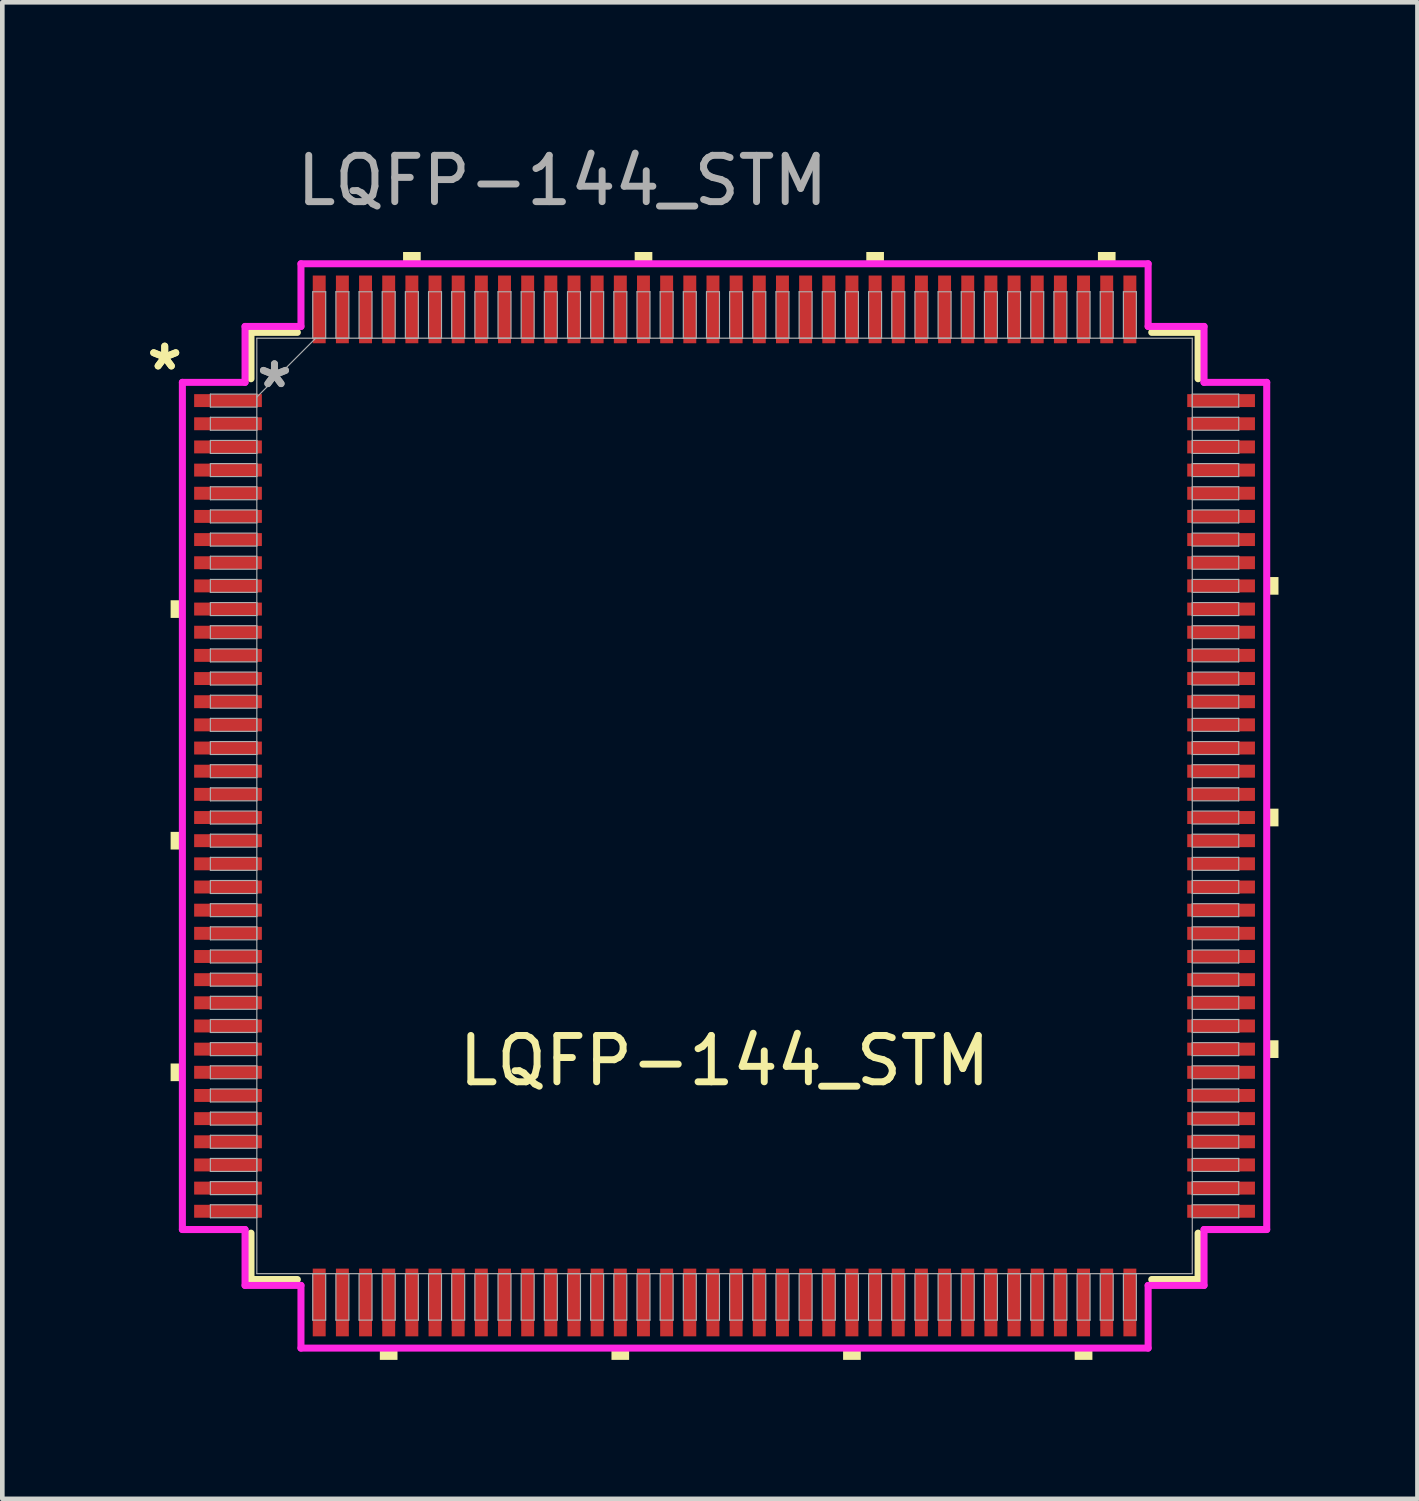
<source format=kicad_pcb>
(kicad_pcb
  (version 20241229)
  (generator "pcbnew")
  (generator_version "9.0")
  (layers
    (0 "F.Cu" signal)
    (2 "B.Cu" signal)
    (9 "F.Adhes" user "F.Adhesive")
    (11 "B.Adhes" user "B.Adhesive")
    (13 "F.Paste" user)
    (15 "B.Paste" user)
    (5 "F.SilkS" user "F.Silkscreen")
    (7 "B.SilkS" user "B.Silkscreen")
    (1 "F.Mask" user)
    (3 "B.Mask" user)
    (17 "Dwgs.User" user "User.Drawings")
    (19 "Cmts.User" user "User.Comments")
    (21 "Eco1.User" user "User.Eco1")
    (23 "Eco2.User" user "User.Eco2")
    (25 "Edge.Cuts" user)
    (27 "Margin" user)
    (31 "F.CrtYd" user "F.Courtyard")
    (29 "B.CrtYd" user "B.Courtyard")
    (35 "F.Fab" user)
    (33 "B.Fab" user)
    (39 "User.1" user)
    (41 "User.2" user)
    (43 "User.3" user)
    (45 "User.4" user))
  (footprint "LQFP-144_STM"
    (layer "F.Cu")
    (at 12.591 14.348)
    (property "Reference" "LQFP-144_STM" (at 0 5.5 0) (unlocked yes) (layer "F.SilkS") (effects (font (size 1 1) (thickness 0.15))))
    (attr smd)
    (fp_line (start -10.223 -10.223) (end -10.223 -9.222) (stroke (width 0.152) (type solid)) (layer "F.SilkS"))
    (fp_line (start -10.223 9.222) (end -10.223 10.223) (stroke (width 0.152) (type solid)) (layer "F.SilkS"))
    (fp_line (start -10.223 10.223) (end -9.222 10.223) (stroke (width 0.152) (type solid)) (layer "F.SilkS"))
    (fp_line (start -9.222 -10.223) (end -10.223 -10.223) (stroke (width 0.152) (type solid)) (layer "F.SilkS"))
    (fp_line (start 9.222 10.223) (end 10.223 10.223) (stroke (width 0.152) (type solid)) (layer "F.SilkS"))
    (fp_line (start 10.223 -10.223) (end 9.222 -10.223) (stroke (width 0.152) (type solid)) (layer "F.SilkS"))
    (fp_line (start 10.223 -9.222) (end 10.223 -10.223) (stroke (width 0.152) (type solid)) (layer "F.SilkS"))
    (fp_line (start 10.223 10.223) (end 10.223 9.222) (stroke (width 0.152) (type solid)) (layer "F.SilkS"))
    (fp_poly (pts (xy -11.958 -4.44) (xy -11.958 -4.059) (xy -11.704 -4.059) (xy -11.704 -4.44)) (stroke (width 0) (type solid)) (fill yes) (layer "F.SilkS"))
    (fp_poly (pts (xy -11.958 0.56) (xy -11.958 0.941) (xy -11.704 0.941) (xy -11.704 0.56)) (stroke (width 0) (type solid)) (fill yes) (layer "F.SilkS"))
    (fp_poly (pts (xy -11.958 5.56) (xy -11.958 5.941) (xy -11.704 5.941) (xy -11.704 5.56)) (stroke (width 0) (type solid)) (fill yes) (layer "F.SilkS"))
    (fp_poly (pts (xy -7.441 11.704) (xy -7.441 11.958) (xy -7.06 11.958) (xy -7.06 11.704)) (stroke (width 0) (type solid)) (fill yes) (layer "F.SilkS"))
    (fp_poly (pts (xy -6.94 -11.704) (xy -6.94 -11.958) (xy -6.559 -11.958) (xy -6.559 -11.704)) (stroke (width 0) (type solid)) (fill yes) (layer "F.SilkS"))
    (fp_poly (pts (xy -2.441 11.704) (xy -2.441 11.958) (xy -2.06 11.958) (xy -2.06 11.704)) (stroke (width 0) (type solid)) (fill yes) (layer "F.SilkS"))
    (fp_poly (pts (xy -1.94 -11.704) (xy -1.94 -11.958) (xy -1.559 -11.958) (xy -1.559 -11.704)) (stroke (width 0) (type solid)) (fill yes) (layer "F.SilkS"))
    (fp_poly (pts (xy 2.559 11.704) (xy 2.559 11.958) (xy 2.941 11.958) (xy 2.941 11.704)) (stroke (width 0) (type solid)) (fill yes) (layer "F.SilkS"))
    (fp_poly (pts (xy 3.06 -11.704) (xy 3.06 -11.958) (xy 3.441 -11.958) (xy 3.441 -11.704)) (stroke (width 0) (type solid)) (fill yes) (layer "F.SilkS"))
    (fp_poly (pts (xy 7.559 11.704) (xy 7.559 11.958) (xy 7.941 11.958) (xy 7.941 11.704)) (stroke (width 0) (type solid)) (fill yes) (layer "F.SilkS"))
    (fp_poly (pts (xy 8.06 -11.704) (xy 8.06 -11.958) (xy 8.441 -11.958) (xy 8.441 -11.704)) (stroke (width 0) (type solid)) (fill yes) (layer "F.SilkS"))
    (fp_poly (pts (xy 11.958 -4.941) (xy 11.958 -4.56) (xy 11.704 -4.56) (xy 11.704 -4.941)) (stroke (width 0) (type solid)) (fill yes) (layer "F.SilkS"))
    (fp_poly (pts (xy 11.958 0.059) (xy 11.958 0.441) (xy 11.704 0.441) (xy 11.704 0.059)) (stroke (width 0) (type solid)) (fill yes) (layer "F.SilkS"))
    (fp_poly (pts (xy 11.958 5.059) (xy 11.958 5.441) (xy 11.704 5.441) (xy 11.704 5.059)) (stroke (width 0) (type solid)) (fill yes) (layer "F.SilkS"))
    (fp_line (start -11.704 -9.144) (end -10.351 -9.144) (stroke (width 0.152) (type solid)) (layer "F.CrtYd"))
    (fp_line (start -11.704 9.144) (end -11.704 -9.144) (stroke (width 0.152) (type solid)) (layer "F.CrtYd"))
    (fp_line (start -10.351 -10.351) (end -9.144 -10.351) (stroke (width 0.152) (type solid)) (layer "F.CrtYd"))
    (fp_line (start -10.351 -9.144) (end -10.351 -10.351) (stroke (width 0.152) (type solid)) (layer "F.CrtYd"))
    (fp_line (start -10.351 9.144) (end -11.704 9.144) (stroke (width 0.152) (type solid)) (layer "F.CrtYd"))
    (fp_line (start -10.351 10.351) (end -10.351 9.144) (stroke (width 0.152) (type solid)) (layer "F.CrtYd"))
    (fp_line (start -10.351 10.351) (end -9.144 10.351) (stroke (width 0.152) (type solid)) (layer "F.CrtYd"))
    (fp_line (start -9.144 -11.704) (end 9.144 -11.704) (stroke (width 0.152) (type solid)) (layer "F.CrtYd"))
    (fp_line (start -9.144 -10.351) (end -9.144 -11.704) (stroke (width 0.152) (type solid)) (layer "F.CrtYd"))
    (fp_line (start -9.144 10.351) (end -9.144 11.704) (stroke (width 0.152) (type solid)) (layer "F.CrtYd"))
    (fp_line (start -9.144 11.704) (end 9.144 11.704) (stroke (width 0.152) (type solid)) (layer "F.CrtYd"))
    (fp_line (start 9.144 -11.704) (end 9.144 -10.351) (stroke (width 0.152) (type solid)) (layer "F.CrtYd"))
    (fp_line (start 9.144 -10.351) (end 10.351 -10.351) (stroke (width 0.152) (type solid)) (layer "F.CrtYd"))
    (fp_line (start 9.144 10.351) (end 10.351 10.351) (stroke (width 0.152) (type solid)) (layer "F.CrtYd"))
    (fp_line (start 9.144 11.704) (end 9.144 10.351) (stroke (width 0.152) (type solid)) (layer "F.CrtYd"))
    (fp_line (start 10.351 -9.144) (end 10.351 -10.351) (stroke (width 0.152) (type solid)) (layer "F.CrtYd"))
    (fp_line (start 10.351 9.144) (end 11.704 9.144) (stroke (width 0.152) (type solid)) (layer "F.CrtYd"))
    (fp_line (start 10.351 10.351) (end 10.351 9.144) (stroke (width 0.152) (type solid)) (layer "F.CrtYd"))
    (fp_line (start 11.704 -9.144) (end 10.351 -9.144) (stroke (width 0.152) (type solid)) (layer "F.CrtYd"))
    (fp_line (start 11.704 9.144) (end 11.704 -9.144) (stroke (width 0.152) (type solid)) (layer "F.CrtYd"))
    (fp_line (start -11.1 -8.89) (end -11.1 -8.61) (stroke (width 0.025) (type solid)) (layer "F.Fab"))
    (fp_line (start -11.1 -8.61) (end -10.097 -8.61) (stroke (width 0.025) (type solid)) (layer "F.Fab"))
    (fp_line (start -11.1 -8.39) (end -11.1 -8.11) (stroke (width 0.025) (type solid)) (layer "F.Fab"))
    (fp_line (start -11.1 -8.11) (end -10.097 -8.11) (stroke (width 0.025) (type solid)) (layer "F.Fab"))
    (fp_line (start -11.1 -7.89) (end -11.1 -7.61) (stroke (width 0.025) (type solid)) (layer "F.Fab"))
    (fp_line (start -11.1 -7.61) (end -10.097 -7.61) (stroke (width 0.025) (type solid)) (layer "F.Fab"))
    (fp_line (start -11.1 -7.39) (end -11.1 -7.11) (stroke (width 0.025) (type solid)) (layer "F.Fab"))
    (fp_line (start -11.1 -7.11) (end -10.097 -7.11) (stroke (width 0.025) (type solid)) (layer "F.Fab"))
    (fp_line (start -11.1 -6.89) (end -11.1 -6.61) (stroke (width 0.025) (type solid)) (layer "F.Fab"))
    (fp_line (start -11.1 -6.61) (end -10.097 -6.61) (stroke (width 0.025) (type solid)) (layer "F.Fab"))
    (fp_line (start -11.1 -6.39) (end -11.1 -6.11) (stroke (width 0.025) (type solid)) (layer "F.Fab"))
    (fp_line (start -11.1 -6.11) (end -10.097 -6.11) (stroke (width 0.025) (type solid)) (layer "F.Fab"))
    (fp_line (start -11.1 -5.89) (end -11.1 -5.61) (stroke (width 0.025) (type solid)) (layer "F.Fab"))
    (fp_line (start -11.1 -5.61) (end -10.097 -5.61) (stroke (width 0.025) (type solid)) (layer "F.Fab"))
    (fp_line (start -11.1 -5.39) (end -11.1 -5.11) (stroke (width 0.025) (type solid)) (layer "F.Fab"))
    (fp_line (start -11.1 -5.11) (end -10.097 -5.11) (stroke (width 0.025) (type solid)) (layer "F.Fab"))
    (fp_line (start -11.1 -4.89) (end -11.1 -4.61) (stroke (width 0.025) (type solid)) (layer "F.Fab"))
    (fp_line (start -11.1 -4.61) (end -10.097 -4.61) (stroke (width 0.025) (type solid)) (layer "F.Fab"))
    (fp_line (start -11.1 -4.39) (end -11.1 -4.11) (stroke (width 0.025) (type solid)) (layer "F.Fab"))
    (fp_line (start -11.1 -4.11) (end -10.097 -4.11) (stroke (width 0.025) (type solid)) (layer "F.Fab"))
    (fp_line (start -11.1 -3.89) (end -11.1 -3.61) (stroke (width 0.025) (type solid)) (layer "F.Fab"))
    (fp_line (start -11.1 -3.61) (end -10.097 -3.61) (stroke (width 0.025) (type solid)) (layer "F.Fab"))
    (fp_line (start -11.1 -3.39) (end -11.1 -3.11) (stroke (width 0.025) (type solid)) (layer "F.Fab"))
    (fp_line (start -11.1 -3.11) (end -10.097 -3.11) (stroke (width 0.025) (type solid)) (layer "F.Fab"))
    (fp_line (start -11.1 -2.89) (end -11.1 -2.61) (stroke (width 0.025) (type solid)) (layer "F.Fab"))
    (fp_line (start -11.1 -2.61) (end -10.097 -2.61) (stroke (width 0.025) (type solid)) (layer "F.Fab"))
    (fp_line (start -11.1 -2.39) (end -11.1 -2.11) (stroke (width 0.025) (type solid)) (layer "F.Fab"))
    (fp_line (start -11.1 -2.11) (end -10.097 -2.11) (stroke (width 0.025) (type solid)) (layer "F.Fab"))
    (fp_line (start -11.1 -1.89) (end -11.1 -1.61) (stroke (width 0.025) (type solid)) (layer "F.Fab"))
    (fp_line (start -11.1 -1.61) (end -10.097 -1.61) (stroke (width 0.025) (type solid)) (layer "F.Fab"))
    (fp_line (start -11.1 -1.39) (end -11.1 -1.11) (stroke (width 0.025) (type solid)) (layer "F.Fab"))
    (fp_line (start -11.1 -1.11) (end -10.097 -1.11) (stroke (width 0.025) (type solid)) (layer "F.Fab"))
    (fp_line (start -11.1 -0.89) (end -11.1 -0.61) (stroke (width 0.025) (type solid)) (layer "F.Fab"))
    (fp_line (start -11.1 -0.61) (end -10.097 -0.61) (stroke (width 0.025) (type solid)) (layer "F.Fab"))
    (fp_line (start -11.1 -0.39) (end -11.1 -0.11) (stroke (width 0.025) (type solid)) (layer "F.Fab"))
    (fp_line (start -11.1 -0.11) (end -10.097 -0.11) (stroke (width 0.025) (type solid)) (layer "F.Fab"))
    (fp_line (start -11.1 0.11) (end -11.1 0.39) (stroke (width 0.025) (type solid)) (layer "F.Fab"))
    (fp_line (start -11.1 0.39) (end -10.097 0.39) (stroke (width 0.025) (type solid)) (layer "F.Fab"))
    (fp_line (start -11.1 0.61) (end -11.1 0.89) (stroke (width 0.025) (type solid)) (layer "F.Fab"))
    (fp_line (start -11.1 0.89) (end -10.097 0.89) (stroke (width 0.025) (type solid)) (layer "F.Fab"))
    (fp_line (start -11.1 1.11) (end -11.1 1.39) (stroke (width 0.025) (type solid)) (layer "F.Fab"))
    (fp_line (start -11.1 1.39) (end -10.097 1.39) (stroke (width 0.025) (type solid)) (layer "F.Fab"))
    (fp_line (start -11.1 1.61) (end -11.1 1.89) (stroke (width 0.025) (type solid)) (layer "F.Fab"))
    (fp_line (start -11.1 1.89) (end -10.097 1.89) (stroke (width 0.025) (type solid)) (layer "F.Fab"))
    (fp_line (start -11.1 2.11) (end -11.1 2.39) (stroke (width 0.025) (type solid)) (layer "F.Fab"))
    (fp_line (start -11.1 2.39) (end -10.097 2.39) (stroke (width 0.025) (type solid)) (layer "F.Fab"))
    (fp_line (start -11.1 2.61) (end -11.1 2.89) (stroke (width 0.025) (type solid)) (layer "F.Fab"))
    (fp_line (start -11.1 2.89) (end -10.097 2.89) (stroke (width 0.025) (type solid)) (layer "F.Fab"))
    (fp_line (start -11.1 3.11) (end -11.1 3.39) (stroke (width 0.025) (type solid)) (layer "F.Fab"))
    (fp_line (start -11.1 3.39) (end -10.097 3.39) (stroke (width 0.025) (type solid)) (layer "F.Fab"))
    (fp_line (start -11.1 3.61) (end -11.1 3.89) (stroke (width 0.025) (type solid)) (layer "F.Fab"))
    (fp_line (start -11.1 3.89) (end -10.097 3.89) (stroke (width 0.025) (type solid)) (layer "F.Fab"))
    (fp_line (start -11.1 4.11) (end -11.1 4.39) (stroke (width 0.025) (type solid)) (layer "F.Fab"))
    (fp_line (start -11.1 4.39) (end -10.097 4.39) (stroke (width 0.025) (type solid)) (layer "F.Fab"))
    (fp_line (start -11.1 4.61) (end -11.1 4.89) (stroke (width 0.025) (type solid)) (layer "F.Fab"))
    (fp_line (start -11.1 4.89) (end -10.097 4.89) (stroke (width 0.025) (type solid)) (layer "F.Fab"))
    (fp_line (start -11.1 5.11) (end -11.1 5.39) (stroke (width 0.025) (type solid)) (layer "F.Fab"))
    (fp_line (start -11.1 5.39) (end -10.097 5.39) (stroke (width 0.025) (type solid)) (layer "F.Fab"))
    (fp_line (start -11.1 5.61) (end -11.1 5.89) (stroke (width 0.025) (type solid)) (layer "F.Fab"))
    (fp_line (start -11.1 5.89) (end -10.097 5.89) (stroke (width 0.025) (type solid)) (layer "F.Fab"))
    (fp_line (start -11.1 6.11) (end -11.1 6.39) (stroke (width 0.025) (type solid)) (layer "F.Fab"))
    (fp_line (start -11.1 6.39) (end -10.097 6.39) (stroke (width 0.025) (type solid)) (layer "F.Fab"))
    (fp_line (start -11.1 6.61) (end -11.1 6.89) (stroke (width 0.025) (type solid)) (layer "F.Fab"))
    (fp_line (start -11.1 6.89) (end -10.097 6.89) (stroke (width 0.025) (type solid)) (layer "F.Fab"))
    (fp_line (start -11.1 7.11) (end -11.1 7.39) (stroke (width 0.025) (type solid)) (layer "F.Fab"))
    (fp_line (start -11.1 7.39) (end -10.097 7.39) (stroke (width 0.025) (type solid)) (layer "F.Fab"))
    (fp_line (start -11.1 7.61) (end -11.1 7.89) (stroke (width 0.025) (type solid)) (layer "F.Fab"))
    (fp_line (start -11.1 7.89) (end -10.097 7.89) (stroke (width 0.025) (type solid)) (layer "F.Fab"))
    (fp_line (start -11.1 8.11) (end -11.1 8.39) (stroke (width 0.025) (type solid)) (layer "F.Fab"))
    (fp_line (start -11.1 8.39) (end -10.097 8.39) (stroke (width 0.025) (type solid)) (layer "F.Fab"))
    (fp_line (start -11.1 8.61) (end -11.1 8.89) (stroke (width 0.025) (type solid)) (layer "F.Fab"))
    (fp_line (start -11.1 8.89) (end -10.097 8.89) (stroke (width 0.025) (type solid)) (layer "F.Fab"))
    (fp_line (start -10.097 -10.097) (end -10.097 10.097) (stroke (width 0.025) (type solid)) (layer "F.Fab"))
    (fp_line (start -10.097 -8.89) (end -11.1 -8.89) (stroke (width 0.025) (type solid)) (layer "F.Fab"))
    (fp_line (start -10.097 -8.826) (end -8.826 -10.097) (stroke (width 0.025) (type solid)) (layer "F.Fab"))
    (fp_line (start -10.097 -8.61) (end -10.097 -8.89) (stroke (width 0.025) (type solid)) (layer "F.Fab"))
    (fp_line (start -10.097 -8.39) (end -11.1 -8.39) (stroke (width 0.025) (type solid)) (layer "F.Fab"))
    (fp_line (start -10.097 -8.11) (end -10.097 -8.39) (stroke (width 0.025) (type solid)) (layer "F.Fab"))
    (fp_line (start -10.097 -7.89) (end -11.1 -7.89) (stroke (width 0.025) (type solid)) (layer "F.Fab"))
    (fp_line (start -10.097 -7.61) (end -10.097 -7.89) (stroke (width 0.025) (type solid)) (layer "F.Fab"))
    (fp_line (start -10.097 -7.39) (end -11.1 -7.39) (stroke (width 0.025) (type solid)) (layer "F.Fab"))
    (fp_line (start -10.097 -7.11) (end -10.097 -7.39) (stroke (width 0.025) (type solid)) (layer "F.Fab"))
    (fp_line (start -10.097 -6.89) (end -11.1 -6.89) (stroke (width 0.025) (type solid)) (layer "F.Fab"))
    (fp_line (start -10.097 -6.61) (end -10.097 -6.89) (stroke (width 0.025) (type solid)) (layer "F.Fab"))
    (fp_line (start -10.097 -6.39) (end -11.1 -6.39) (stroke (width 0.025) (type solid)) (layer "F.Fab"))
    (fp_line (start -10.097 -6.11) (end -10.097 -6.39) (stroke (width 0.025) (type solid)) (layer "F.Fab"))
    (fp_line (start -10.097 -5.89) (end -11.1 -5.89) (stroke (width 0.025) (type solid)) (layer "F.Fab"))
    (fp_line (start -10.097 -5.61) (end -10.097 -5.89) (stroke (width 0.025) (type solid)) (layer "F.Fab"))
    (fp_line (start -10.097 -5.39) (end -11.1 -5.39) (stroke (width 0.025) (type solid)) (layer "F.Fab"))
    (fp_line (start -10.097 -5.11) (end -10.097 -5.39) (stroke (width 0.025) (type solid)) (layer "F.Fab"))
    (fp_line (start -10.097 -4.89) (end -11.1 -4.89) (stroke (width 0.025) (type solid)) (layer "F.Fab"))
    (fp_line (start -10.097 -4.61) (end -10.097 -4.89) (stroke (width 0.025) (type solid)) (layer "F.Fab"))
    (fp_line (start -10.097 -4.39) (end -11.1 -4.39) (stroke (width 0.025) (type solid)) (layer "F.Fab"))
    (fp_line (start -10.097 -4.11) (end -10.097 -4.39) (stroke (width 0.025) (type solid)) (layer "F.Fab"))
    (fp_line (start -10.097 -3.89) (end -11.1 -3.89) (stroke (width 0.025) (type solid)) (layer "F.Fab"))
    (fp_line (start -10.097 -3.61) (end -10.097 -3.89) (stroke (width 0.025) (type solid)) (layer "F.Fab"))
    (fp_line (start -10.097 -3.39) (end -11.1 -3.39) (stroke (width 0.025) (type solid)) (layer "F.Fab"))
    (fp_line (start -10.097 -3.11) (end -10.097 -3.39) (stroke (width 0.025) (type solid)) (layer "F.Fab"))
    (fp_line (start -10.097 -2.89) (end -11.1 -2.89) (stroke (width 0.025) (type solid)) (layer "F.Fab"))
    (fp_line (start -10.097 -2.61) (end -10.097 -2.89) (stroke (width 0.025) (type solid)) (layer "F.Fab"))
    (fp_line (start -10.097 -2.39) (end -11.1 -2.39) (stroke (width 0.025) (type solid)) (layer "F.Fab"))
    (fp_line (start -10.097 -2.11) (end -10.097 -2.39) (stroke (width 0.025) (type solid)) (layer "F.Fab"))
    (fp_line (start -10.097 -1.89) (end -11.1 -1.89) (stroke (width 0.025) (type solid)) (layer "F.Fab"))
    (fp_line (start -10.097 -1.61) (end -10.097 -1.89) (stroke (width 0.025) (type solid)) (layer "F.Fab"))
    (fp_line (start -10.097 -1.39) (end -11.1 -1.39) (stroke (width 0.025) (type solid)) (layer "F.Fab"))
    (fp_line (start -10.097 -1.11) (end -10.097 -1.39) (stroke (width 0.025) (type solid)) (layer "F.Fab"))
    (fp_line (start -10.097 -0.89) (end -11.1 -0.89) (stroke (width 0.025) (type solid)) (layer "F.Fab"))
    (fp_line (start -10.097 -0.61) (end -10.097 -0.89) (stroke (width 0.025) (type solid)) (layer "F.Fab"))
    (fp_line (start -10.097 -0.39) (end -11.1 -0.39) (stroke (width 0.025) (type solid)) (layer "F.Fab"))
    (fp_line (start -10.097 -0.11) (end -10.097 -0.39) (stroke (width 0.025) (type solid)) (layer "F.Fab"))
    (fp_line (start -10.097 0.11) (end -11.1 0.11) (stroke (width 0.025) (type solid)) (layer "F.Fab"))
    (fp_line (start -10.097 0.39) (end -10.097 0.11) (stroke (width 0.025) (type solid)) (layer "F.Fab"))
    (fp_line (start -10.097 0.61) (end -11.1 0.61) (stroke (width 0.025) (type solid)) (layer "F.Fab"))
    (fp_line (start -10.097 0.89) (end -10.097 0.61) (stroke (width 0.025) (type solid)) (layer "F.Fab"))
    (fp_line (start -10.097 1.11) (end -11.1 1.11) (stroke (width 0.025) (type solid)) (layer "F.Fab"))
    (fp_line (start -10.097 1.39) (end -10.097 1.11) (stroke (width 0.025) (type solid)) (layer "F.Fab"))
    (fp_line (start -10.097 1.61) (end -11.1 1.61) (stroke (width 0.025) (type solid)) (layer "F.Fab"))
    (fp_line (start -10.097 1.89) (end -10.097 1.61) (stroke (width 0.025) (type solid)) (layer "F.Fab"))
    (fp_line (start -10.097 2.11) (end -11.1 2.11) (stroke (width 0.025) (type solid)) (layer "F.Fab"))
    (fp_line (start -10.097 2.39) (end -10.097 2.11) (stroke (width 0.025) (type solid)) (layer "F.Fab"))
    (fp_line (start -10.097 2.61) (end -11.1 2.61) (stroke (width 0.025) (type solid)) (layer "F.Fab"))
    (fp_line (start -10.097 2.89) (end -10.097 2.61) (stroke (width 0.025) (type solid)) (layer "F.Fab"))
    (fp_line (start -10.097 3.11) (end -11.1 3.11) (stroke (width 0.025) (type solid)) (layer "F.Fab"))
    (fp_line (start -10.097 3.39) (end -10.097 3.11) (stroke (width 0.025) (type solid)) (layer "F.Fab"))
    (fp_line (start -10.097 3.61) (end -11.1 3.61) (stroke (width 0.025) (type solid)) (layer "F.Fab"))
    (fp_line (start -10.097 3.89) (end -10.097 3.61) (stroke (width 0.025) (type solid)) (layer "F.Fab"))
    (fp_line (start -10.097 4.11) (end -11.1 4.11) (stroke (width 0.025) (type solid)) (layer "F.Fab"))
    (fp_line (start -10.097 4.39) (end -10.097 4.11) (stroke (width 0.025) (type solid)) (layer "F.Fab"))
    (fp_line (start -10.097 4.61) (end -11.1 4.61) (stroke (width 0.025) (type solid)) (layer "F.Fab"))
    (fp_line (start -10.097 4.89) (end -10.097 4.61) (stroke (width 0.025) (type solid)) (layer "F.Fab"))
    (fp_line (start -10.097 5.11) (end -11.1 5.11) (stroke (width 0.025) (type solid)) (layer "F.Fab"))
    (fp_line (start -10.097 5.39) (end -10.097 5.11) (stroke (width 0.025) (type solid)) (layer "F.Fab"))
    (fp_line (start -10.097 5.61) (end -11.1 5.61) (stroke (width 0.025) (type solid)) (layer "F.Fab"))
    (fp_line (start -10.097 5.89) (end -10.097 5.61) (stroke (width 0.025) (type solid)) (layer "F.Fab"))
    (fp_line (start -10.097 6.11) (end -11.1 6.11) (stroke (width 0.025) (type solid)) (layer "F.Fab"))
    (fp_line (start -10.097 6.39) (end -10.097 6.11) (stroke (width 0.025) (type solid)) (layer "F.Fab"))
    (fp_line (start -10.097 6.61) (end -11.1 6.61) (stroke (width 0.025) (type solid)) (layer "F.Fab"))
    (fp_line (start -10.097 6.89) (end -10.097 6.61) (stroke (width 0.025) (type solid)) (layer "F.Fab"))
    (fp_line (start -10.097 7.11) (end -11.1 7.11) (stroke (width 0.025) (type solid)) (layer "F.Fab"))
    (fp_line (start -10.097 7.39) (end -10.097 7.11) (stroke (width 0.025) (type solid)) (layer "F.Fab"))
    (fp_line (start -10.097 7.61) (end -11.1 7.61) (stroke (width 0.025) (type solid)) (layer "F.Fab"))
    (fp_line (start -10.097 7.89) (end -10.097 7.61) (stroke (width 0.025) (type solid)) (layer "F.Fab"))
    (fp_line (start -10.097 8.11) (end -11.1 8.11) (stroke (width 0.025) (type solid)) (layer "F.Fab"))
    (fp_line (start -10.097 8.39) (end -10.097 8.11) (stroke (width 0.025) (type solid)) (layer "F.Fab"))
    (fp_line (start -10.097 8.61) (end -11.1 8.61) (stroke (width 0.025) (type solid)) (layer "F.Fab"))
    (fp_line (start -10.097 8.89) (end -10.097 8.61) (stroke (width 0.025) (type solid)) (layer "F.Fab"))
    (fp_line (start -10.097 10.097) (end 10.097 10.097) (stroke (width 0.025) (type solid)) (layer "F.Fab"))
    (fp_line (start -8.89 -11.1) (end -8.89 -10.097) (stroke (width 0.025) (type solid)) (layer "F.Fab"))
    (fp_line (start -8.89 -10.097) (end -8.61 -10.097) (stroke (width 0.025) (type solid)) (layer "F.Fab"))
    (fp_line (start -8.89 10.097) (end -8.89 11.1) (stroke (width 0.025) (type solid)) (layer "F.Fab"))
    (fp_line (start -8.89 11.1) (end -8.61 11.1) (stroke (width 0.025) (type solid)) (layer "F.Fab"))
    (fp_line (start -8.61 -11.1) (end -8.89 -11.1) (stroke (width 0.025) (type solid)) (layer "F.Fab"))
    (fp_line (start -8.61 -10.097) (end -8.61 -11.1) (stroke (width 0.025) (type solid)) (layer "F.Fab"))
    (fp_line (start -8.61 10.097) (end -8.89 10.097) (stroke (width 0.025) (type solid)) (layer "F.Fab"))
    (fp_line (start -8.61 11.1) (end -8.61 10.097) (stroke (width 0.025) (type solid)) (layer "F.Fab"))
    (fp_line (start -8.39 -11.1) (end -8.39 -10.097) (stroke (width 0.025) (type solid)) (layer "F.Fab"))
    (fp_line (start -8.39 -10.097) (end -8.11 -10.097) (stroke (width 0.025) (type solid)) (layer "F.Fab"))
    (fp_line (start -8.39 10.097) (end -8.39 11.1) (stroke (width 0.025) (type solid)) (layer "F.Fab"))
    (fp_line (start -8.39 11.1) (end -8.11 11.1) (stroke (width 0.025) (type solid)) (layer "F.Fab"))
    (fp_line (start -8.11 -11.1) (end -8.39 -11.1) (stroke (width 0.025) (type solid)) (layer "F.Fab"))
    (fp_line (start -8.11 -10.097) (end -8.11 -11.1) (stroke (width 0.025) (type solid)) (layer "F.Fab"))
    (fp_line (start -8.11 10.097) (end -8.39 10.097) (stroke (width 0.025) (type solid)) (layer "F.Fab"))
    (fp_line (start -8.11 11.1) (end -8.11 10.097) (stroke (width 0.025) (type solid)) (layer "F.Fab"))
    (fp_line (start -7.89 -11.1) (end -7.89 -10.097) (stroke (width 0.025) (type solid)) (layer "F.Fab"))
    (fp_line (start -7.89 -10.097) (end -7.61 -10.097) (stroke (width 0.025) (type solid)) (layer "F.Fab"))
    (fp_line (start -7.89 10.097) (end -7.89 11.1) (stroke (width 0.025) (type solid)) (layer "F.Fab"))
    (fp_line (start -7.89 11.1) (end -7.61 11.1) (stroke (width 0.025) (type solid)) (layer "F.Fab"))
    (fp_line (start -7.61 -11.1) (end -7.89 -11.1) (stroke (width 0.025) (type solid)) (layer "F.Fab"))
    (fp_line (start -7.61 -10.097) (end -7.61 -11.1) (stroke (width 0.025) (type solid)) (layer "F.Fab"))
    (fp_line (start -7.61 10.097) (end -7.89 10.097) (stroke (width 0.025) (type solid)) (layer "F.Fab"))
    (fp_line (start -7.61 11.1) (end -7.61 10.097) (stroke (width 0.025) (type solid)) (layer "F.Fab"))
    (fp_line (start -7.39 -11.1) (end -7.39 -10.097) (stroke (width 0.025) (type solid)) (layer "F.Fab"))
    (fp_line (start -7.39 -10.097) (end -7.11 -10.097) (stroke (width 0.025) (type solid)) (layer "F.Fab"))
    (fp_line (start -7.39 10.097) (end -7.39 11.1) (stroke (width 0.025) (type solid)) (layer "F.Fab"))
    (fp_line (start -7.39 11.1) (end -7.11 11.1) (stroke (width 0.025) (type solid)) (layer "F.Fab"))
    (fp_line (start -7.11 -11.1) (end -7.39 -11.1) (stroke (width 0.025) (type solid)) (layer "F.Fab"))
    (fp_line (start -7.11 -10.097) (end -7.11 -11.1) (stroke (width 0.025) (type solid)) (layer "F.Fab"))
    (fp_line (start -7.11 10.097) (end -7.39 10.097) (stroke (width 0.025) (type solid)) (layer "F.Fab"))
    (fp_line (start -7.11 11.1) (end -7.11 10.097) (stroke (width 0.025) (type solid)) (layer "F.Fab"))
    (fp_line (start -6.89 -11.1) (end -6.89 -10.097) (stroke (width 0.025) (type solid)) (layer "F.Fab"))
    (fp_line (start -6.89 -10.097) (end -6.61 -10.097) (stroke (width 0.025) (type solid)) (layer "F.Fab"))
    (fp_line (start -6.89 10.097) (end -6.89 11.1) (stroke (width 0.025) (type solid)) (layer "F.Fab"))
    (fp_line (start -6.89 11.1) (end -6.61 11.1) (stroke (width 0.025) (type solid)) (layer "F.Fab"))
    (fp_line (start -6.61 -11.1) (end -6.89 -11.1) (stroke (width 0.025) (type solid)) (layer "F.Fab"))
    (fp_line (start -6.61 -10.097) (end -6.61 -11.1) (stroke (width 0.025) (type solid)) (layer "F.Fab"))
    (fp_line (start -6.61 10.097) (end -6.89 10.097) (stroke (width 0.025) (type solid)) (layer "F.Fab"))
    (fp_line (start -6.61 11.1) (end -6.61 10.097) (stroke (width 0.025) (type solid)) (layer "F.Fab"))
    (fp_line (start -6.39 -11.1) (end -6.39 -10.097) (stroke (width 0.025) (type solid)) (layer "F.Fab"))
    (fp_line (start -6.39 -10.097) (end -6.11 -10.097) (stroke (width 0.025) (type solid)) (layer "F.Fab"))
    (fp_line (start -6.39 10.097) (end -6.39 11.1) (stroke (width 0.025) (type solid)) (layer "F.Fab"))
    (fp_line (start -6.39 11.1) (end -6.11 11.1) (stroke (width 0.025) (type solid)) (layer "F.Fab"))
    (fp_line (start -6.11 -11.1) (end -6.39 -11.1) (stroke (width 0.025) (type solid)) (layer "F.Fab"))
    (fp_line (start -6.11 -10.097) (end -6.11 -11.1) (stroke (width 0.025) (type solid)) (layer "F.Fab"))
    (fp_line (start -6.11 10.097) (end -6.39 10.097) (stroke (width 0.025) (type solid)) (layer "F.Fab"))
    (fp_line (start -6.11 11.1) (end -6.11 10.097) (stroke (width 0.025) (type solid)) (layer "F.Fab"))
    (fp_line (start -5.89 -11.1) (end -5.89 -10.097) (stroke (width 0.025) (type solid)) (layer "F.Fab"))
    (fp_line (start -5.89 -10.097) (end -5.61 -10.097) (stroke (width 0.025) (type solid)) (layer "F.Fab"))
    (fp_line (start -5.89 10.097) (end -5.89 11.1) (stroke (width 0.025) (type solid)) (layer "F.Fab"))
    (fp_line (start -5.89 11.1) (end -5.61 11.1) (stroke (width 0.025) (type solid)) (layer "F.Fab"))
    (fp_line (start -5.61 -11.1) (end -5.89 -11.1) (stroke (width 0.025) (type solid)) (layer "F.Fab"))
    (fp_line (start -5.61 -10.097) (end -5.61 -11.1) (stroke (width 0.025) (type solid)) (layer "F.Fab"))
    (fp_line (start -5.61 10.097) (end -5.89 10.097) (stroke (width 0.025) (type solid)) (layer "F.Fab"))
    (fp_line (start -5.61 11.1) (end -5.61 10.097) (stroke (width 0.025) (type solid)) (layer "F.Fab"))
    (fp_line (start -5.39 -11.1) (end -5.39 -10.097) (stroke (width 0.025) (type solid)) (layer "F.Fab"))
    (fp_line (start -5.39 -10.097) (end -5.11 -10.097) (stroke (width 0.025) (type solid)) (layer "F.Fab"))
    (fp_line (start -5.39 10.097) (end -5.39 11.1) (stroke (width 0.025) (type solid)) (layer "F.Fab"))
    (fp_line (start -5.39 11.1) (end -5.11 11.1) (stroke (width 0.025) (type solid)) (layer "F.Fab"))
    (fp_line (start -5.11 -11.1) (end -5.39 -11.1) (stroke (width 0.025) (type solid)) (layer "F.Fab"))
    (fp_line (start -5.11 -10.097) (end -5.11 -11.1) (stroke (width 0.025) (type solid)) (layer "F.Fab"))
    (fp_line (start -5.11 10.097) (end -5.39 10.097) (stroke (width 0.025) (type solid)) (layer "F.Fab"))
    (fp_line (start -5.11 11.1) (end -5.11 10.097) (stroke (width 0.025) (type solid)) (layer "F.Fab"))
    (fp_line (start -4.89 -11.1) (end -4.89 -10.097) (stroke (width 0.025) (type solid)) (layer "F.Fab"))
    (fp_line (start -4.89 -10.097) (end -4.61 -10.097) (stroke (width 0.025) (type solid)) (layer "F.Fab"))
    (fp_line (start -4.89 10.097) (end -4.89 11.1) (stroke (width 0.025) (type solid)) (layer "F.Fab"))
    (fp_line (start -4.89 11.1) (end -4.61 11.1) (stroke (width 0.025) (type solid)) (layer "F.Fab"))
    (fp_line (start -4.61 -11.1) (end -4.89 -11.1) (stroke (width 0.025) (type solid)) (layer "F.Fab"))
    (fp_line (start -4.61 -10.097) (end -4.61 -11.1) (stroke (width 0.025) (type solid)) (layer "F.Fab"))
    (fp_line (start -4.61 10.097) (end -4.89 10.097) (stroke (width 0.025) (type solid)) (layer "F.Fab"))
    (fp_line (start -4.61 11.1) (end -4.61 10.097) (stroke (width 0.025) (type solid)) (layer "F.Fab"))
    (fp_line (start -4.39 -11.1) (end -4.39 -10.097) (stroke (width 0.025) (type solid)) (layer "F.Fab"))
    (fp_line (start -4.39 -10.097) (end -4.11 -10.097) (stroke (width 0.025) (type solid)) (layer "F.Fab"))
    (fp_line (start -4.39 10.097) (end -4.39 11.1) (stroke (width 0.025) (type solid)) (layer "F.Fab"))
    (fp_line (start -4.39 11.1) (end -4.11 11.1) (stroke (width 0.025) (type solid)) (layer "F.Fab"))
    (fp_line (start -4.11 -11.1) (end -4.39 -11.1) (stroke (width 0.025) (type solid)) (layer "F.Fab"))
    (fp_line (start -4.11 -10.097) (end -4.11 -11.1) (stroke (width 0.025) (type solid)) (layer "F.Fab"))
    (fp_line (start -4.11 10.097) (end -4.39 10.097) (stroke (width 0.025) (type solid)) (layer "F.Fab"))
    (fp_line (start -4.11 11.1) (end -4.11 10.097) (stroke (width 0.025) (type solid)) (layer "F.Fab"))
    (fp_line (start -3.89 -11.1) (end -3.89 -10.097) (stroke (width 0.025) (type solid)) (layer "F.Fab"))
    (fp_line (start -3.89 -10.097) (end -3.61 -10.097) (stroke (width 0.025) (type solid)) (layer "F.Fab"))
    (fp_line (start -3.89 10.097) (end -3.89 11.1) (stroke (width 0.025) (type solid)) (layer "F.Fab"))
    (fp_line (start -3.89 11.1) (end -3.61 11.1) (stroke (width 0.025) (type solid)) (layer "F.Fab"))
    (fp_line (start -3.61 -11.1) (end -3.89 -11.1) (stroke (width 0.025) (type solid)) (layer "F.Fab"))
    (fp_line (start -3.61 -10.097) (end -3.61 -11.1) (stroke (width 0.025) (type solid)) (layer "F.Fab"))
    (fp_line (start -3.61 10.097) (end -3.89 10.097) (stroke (width 0.025) (type solid)) (layer "F.Fab"))
    (fp_line (start -3.61 11.1) (end -3.61 10.097) (stroke (width 0.025) (type solid)) (layer "F.Fab"))
    (fp_line (start -3.39 -11.1) (end -3.39 -10.097) (stroke (width 0.025) (type solid)) (layer "F.Fab"))
    (fp_line (start -3.39 -10.097) (end -3.11 -10.097) (stroke (width 0.025) (type solid)) (layer "F.Fab"))
    (fp_line (start -3.39 10.097) (end -3.39 11.1) (stroke (width 0.025) (type solid)) (layer "F.Fab"))
    (fp_line (start -3.39 11.1) (end -3.11 11.1) (stroke (width 0.025) (type solid)) (layer "F.Fab"))
    (fp_line (start -3.11 -11.1) (end -3.39 -11.1) (stroke (width 0.025) (type solid)) (layer "F.Fab"))
    (fp_line (start -3.11 -10.097) (end -3.11 -11.1) (stroke (width 0.025) (type solid)) (layer "F.Fab"))
    (fp_line (start -3.11 10.097) (end -3.39 10.097) (stroke (width 0.025) (type solid)) (layer "F.Fab"))
    (fp_line (start -3.11 11.1) (end -3.11 10.097) (stroke (width 0.025) (type solid)) (layer "F.Fab"))
    (fp_line (start -2.89 -11.1) (end -2.89 -10.097) (stroke (width 0.025) (type solid)) (layer "F.Fab"))
    (fp_line (start -2.89 -10.097) (end -2.61 -10.097) (stroke (width 0.025) (type solid)) (layer "F.Fab"))
    (fp_line (start -2.89 10.097) (end -2.89 11.1) (stroke (width 0.025) (type solid)) (layer "F.Fab"))
    (fp_line (start -2.89 11.1) (end -2.61 11.1) (stroke (width 0.025) (type solid)) (layer "F.Fab"))
    (fp_line (start -2.61 -11.1) (end -2.89 -11.1) (stroke (width 0.025) (type solid)) (layer "F.Fab"))
    (fp_line (start -2.61 -10.097) (end -2.61 -11.1) (stroke (width 0.025) (type solid)) (layer "F.Fab"))
    (fp_line (start -2.61 10.097) (end -2.89 10.097) (stroke (width 0.025) (type solid)) (layer "F.Fab"))
    (fp_line (start -2.61 11.1) (end -2.61 10.097) (stroke (width 0.025) (type solid)) (layer "F.Fab"))
    (fp_line (start -2.39 -11.1) (end -2.39 -10.097) (stroke (width 0.025) (type solid)) (layer "F.Fab"))
    (fp_line (start -2.39 -10.097) (end -2.11 -10.097) (stroke (width 0.025) (type solid)) (layer "F.Fab"))
    (fp_line (start -2.39 10.097) (end -2.39 11.1) (stroke (width 0.025) (type solid)) (layer "F.Fab"))
    (fp_line (start -2.39 11.1) (end -2.11 11.1) (stroke (width 0.025) (type solid)) (layer "F.Fab"))
    (fp_line (start -2.11 -11.1) (end -2.39 -11.1) (stroke (width 0.025) (type solid)) (layer "F.Fab"))
    (fp_line (start -2.11 -10.097) (end -2.11 -11.1) (stroke (width 0.025) (type solid)) (layer "F.Fab"))
    (fp_line (start -2.11 10.097) (end -2.39 10.097) (stroke (width 0.025) (type solid)) (layer "F.Fab"))
    (fp_line (start -2.11 11.1) (end -2.11 10.097) (stroke (width 0.025) (type solid)) (layer "F.Fab"))
    (fp_line (start -1.89 -11.1) (end -1.89 -10.097) (stroke (width 0.025) (type solid)) (layer "F.Fab"))
    (fp_line (start -1.89 -10.097) (end -1.61 -10.097) (stroke (width 0.025) (type solid)) (layer "F.Fab"))
    (fp_line (start -1.89 10.097) (end -1.89 11.1) (stroke (width 0.025) (type solid)) (layer "F.Fab"))
    (fp_line (start -1.89 11.1) (end -1.61 11.1) (stroke (width 0.025) (type solid)) (layer "F.Fab"))
    (fp_line (start -1.61 -11.1) (end -1.89 -11.1) (stroke (width 0.025) (type solid)) (layer "F.Fab"))
    (fp_line (start -1.61 -10.097) (end -1.61 -11.1) (stroke (width 0.025) (type solid)) (layer "F.Fab"))
    (fp_line (start -1.61 10.097) (end -1.89 10.097) (stroke (width 0.025) (type solid)) (layer "F.Fab"))
    (fp_line (start -1.61 11.1) (end -1.61 10.097) (stroke (width 0.025) (type solid)) (layer "F.Fab"))
    (fp_line (start -1.39 -11.1) (end -1.39 -10.097) (stroke (width 0.025) (type solid)) (layer "F.Fab"))
    (fp_line (start -1.39 -10.097) (end -1.11 -10.097) (stroke (width 0.025) (type solid)) (layer "F.Fab"))
    (fp_line (start -1.39 10.097) (end -1.39 11.1) (stroke (width 0.025) (type solid)) (layer "F.Fab"))
    (fp_line (start -1.39 11.1) (end -1.11 11.1) (stroke (width 0.025) (type solid)) (layer "F.Fab"))
    (fp_line (start -1.11 -11.1) (end -1.39 -11.1) (stroke (width 0.025) (type solid)) (layer "F.Fab"))
    (fp_line (start -1.11 -10.097) (end -1.11 -11.1) (stroke (width 0.025) (type solid)) (layer "F.Fab"))
    (fp_line (start -1.11 10.097) (end -1.39 10.097) (stroke (width 0.025) (type solid)) (layer "F.Fab"))
    (fp_line (start -1.11 11.1) (end -1.11 10.097) (stroke (width 0.025) (type solid)) (layer "F.Fab"))
    (fp_line (start -0.89 -11.1) (end -0.89 -10.097) (stroke (width 0.025) (type solid)) (layer "F.Fab"))
    (fp_line (start -0.89 -10.097) (end -0.61 -10.097) (stroke (width 0.025) (type solid)) (layer "F.Fab"))
    (fp_line (start -0.89 10.097) (end -0.89 11.1) (stroke (width 0.025) (type solid)) (layer "F.Fab"))
    (fp_line (start -0.89 11.1) (end -0.61 11.1) (stroke (width 0.025) (type solid)) (layer "F.Fab"))
    (fp_line (start -0.61 -11.1) (end -0.89 -11.1) (stroke (width 0.025) (type solid)) (layer "F.Fab"))
    (fp_line (start -0.61 -10.097) (end -0.61 -11.1) (stroke (width 0.025) (type solid)) (layer "F.Fab"))
    (fp_line (start -0.61 10.097) (end -0.89 10.097) (stroke (width 0.025) (type solid)) (layer "F.Fab"))
    (fp_line (start -0.61 11.1) (end -0.61 10.097) (stroke (width 0.025) (type solid)) (layer "F.Fab"))
    (fp_line (start -0.39 -11.1) (end -0.39 -10.097) (stroke (width 0.025) (type solid)) (layer "F.Fab"))
    (fp_line (start -0.39 -10.097) (end -0.11 -10.097) (stroke (width 0.025) (type solid)) (layer "F.Fab"))
    (fp_line (start -0.39 10.097) (end -0.39 11.1) (stroke (width 0.025) (type solid)) (layer "F.Fab"))
    (fp_line (start -0.39 11.1) (end -0.11 11.1) (stroke (width 0.025) (type solid)) (layer "F.Fab"))
    (fp_line (start -0.11 -11.1) (end -0.39 -11.1) (stroke (width 0.025) (type solid)) (layer "F.Fab"))
    (fp_line (start -0.11 -10.097) (end -0.11 -11.1) (stroke (width 0.025) (type solid)) (layer "F.Fab"))
    (fp_line (start -0.11 10.097) (end -0.39 10.097) (stroke (width 0.025) (type solid)) (layer "F.Fab"))
    (fp_line (start -0.11 11.1) (end -0.11 10.097) (stroke (width 0.025) (type solid)) (layer "F.Fab"))
    (fp_line (start 0.11 -11.1) (end 0.11 -10.097) (stroke (width 0.025) (type solid)) (layer "F.Fab"))
    (fp_line (start 0.11 -10.097) (end 0.39 -10.097) (stroke (width 0.025) (type solid)) (layer "F.Fab"))
    (fp_line (start 0.11 10.097) (end 0.11 11.1) (stroke (width 0.025) (type solid)) (layer "F.Fab"))
    (fp_line (start 0.11 11.1) (end 0.39 11.1) (stroke (width 0.025) (type solid)) (layer "F.Fab"))
    (fp_line (start 0.39 -11.1) (end 0.11 -11.1) (stroke (width 0.025) (type solid)) (layer "F.Fab"))
    (fp_line (start 0.39 -10.097) (end 0.39 -11.1) (stroke (width 0.025) (type solid)) (layer "F.Fab"))
    (fp_line (start 0.39 10.097) (end 0.11 10.097) (stroke (width 0.025) (type solid)) (layer "F.Fab"))
    (fp_line (start 0.39 11.1) (end 0.39 10.097) (stroke (width 0.025) (type solid)) (layer "F.Fab"))
    (fp_line (start 0.61 -11.1) (end 0.61 -10.097) (stroke (width 0.025) (type solid)) (layer "F.Fab"))
    (fp_line (start 0.61 -10.097) (end 0.89 -10.097) (stroke (width 0.025) (type solid)) (layer "F.Fab"))
    (fp_line (start 0.61 10.097) (end 0.61 11.1) (stroke (width 0.025) (type solid)) (layer "F.Fab"))
    (fp_line (start 0.61 11.1) (end 0.89 11.1) (stroke (width 0.025) (type solid)) (layer "F.Fab"))
    (fp_line (start 0.89 -11.1) (end 0.61 -11.1) (stroke (width 0.025) (type solid)) (layer "F.Fab"))
    (fp_line (start 0.89 -10.097) (end 0.89 -11.1) (stroke (width 0.025) (type solid)) (layer "F.Fab"))
    (fp_line (start 0.89 10.097) (end 0.61 10.097) (stroke (width 0.025) (type solid)) (layer "F.Fab"))
    (fp_line (start 0.89 11.1) (end 0.89 10.097) (stroke (width 0.025) (type solid)) (layer "F.Fab"))
    (fp_line (start 1.11 -11.1) (end 1.11 -10.097) (stroke (width 0.025) (type solid)) (layer "F.Fab"))
    (fp_line (start 1.11 -10.097) (end 1.39 -10.097) (stroke (width 0.025) (type solid)) (layer "F.Fab"))
    (fp_line (start 1.11 10.097) (end 1.11 11.1) (stroke (width 0.025) (type solid)) (layer "F.Fab"))
    (fp_line (start 1.11 11.1) (end 1.39 11.1) (stroke (width 0.025) (type solid)) (layer "F.Fab"))
    (fp_line (start 1.39 -11.1) (end 1.11 -11.1) (stroke (width 0.025) (type solid)) (layer "F.Fab"))
    (fp_line (start 1.39 -10.097) (end 1.39 -11.1) (stroke (width 0.025) (type solid)) (layer "F.Fab"))
    (fp_line (start 1.39 10.097) (end 1.11 10.097) (stroke (width 0.025) (type solid)) (layer "F.Fab"))
    (fp_line (start 1.39 11.1) (end 1.39 10.097) (stroke (width 0.025) (type solid)) (layer "F.Fab"))
    (fp_line (start 1.61 -11.1) (end 1.61 -10.097) (stroke (width 0.025) (type solid)) (layer "F.Fab"))
    (fp_line (start 1.61 -10.097) (end 1.89 -10.097) (stroke (width 0.025) (type solid)) (layer "F.Fab"))
    (fp_line (start 1.61 10.097) (end 1.61 11.1) (stroke (width 0.025) (type solid)) (layer "F.Fab"))
    (fp_line (start 1.61 11.1) (end 1.89 11.1) (stroke (width 0.025) (type solid)) (layer "F.Fab"))
    (fp_line (start 1.89 -11.1) (end 1.61 -11.1) (stroke (width 0.025) (type solid)) (layer "F.Fab"))
    (fp_line (start 1.89 -10.097) (end 1.89 -11.1) (stroke (width 0.025) (type solid)) (layer "F.Fab"))
    (fp_line (start 1.89 10.097) (end 1.61 10.097) (stroke (width 0.025) (type solid)) (layer "F.Fab"))
    (fp_line (start 1.89 11.1) (end 1.89 10.097) (stroke (width 0.025) (type solid)) (layer "F.Fab"))
    (fp_line (start 2.11 -11.1) (end 2.11 -10.097) (stroke (width 0.025) (type solid)) (layer "F.Fab"))
    (fp_line (start 2.11 -10.097) (end 2.39 -10.097) (stroke (width 0.025) (type solid)) (layer "F.Fab"))
    (fp_line (start 2.11 10.097) (end 2.11 11.1) (stroke (width 0.025) (type solid)) (layer "F.Fab"))
    (fp_line (start 2.11 11.1) (end 2.39 11.1) (stroke (width 0.025) (type solid)) (layer "F.Fab"))
    (fp_line (start 2.39 -11.1) (end 2.11 -11.1) (stroke (width 0.025) (type solid)) (layer "F.Fab"))
    (fp_line (start 2.39 -10.097) (end 2.39 -11.1) (stroke (width 0.025) (type solid)) (layer "F.Fab"))
    (fp_line (start 2.39 10.097) (end 2.11 10.097) (stroke (width 0.025) (type solid)) (layer "F.Fab"))
    (fp_line (start 2.39 11.1) (end 2.39 10.097) (stroke (width 0.025) (type solid)) (layer "F.Fab"))
    (fp_line (start 2.61 -11.1) (end 2.61 -10.097) (stroke (width 0.025) (type solid)) (layer "F.Fab"))
    (fp_line (start 2.61 -10.097) (end 2.89 -10.097) (stroke (width 0.025) (type solid)) (layer "F.Fab"))
    (fp_line (start 2.61 10.097) (end 2.61 11.1) (stroke (width 0.025) (type solid)) (layer "F.Fab"))
    (fp_line (start 2.61 11.1) (end 2.89 11.1) (stroke (width 0.025) (type solid)) (layer "F.Fab"))
    (fp_line (start 2.89 -11.1) (end 2.61 -11.1) (stroke (width 0.025) (type solid)) (layer "F.Fab"))
    (fp_line (start 2.89 -10.097) (end 2.89 -11.1) (stroke (width 0.025) (type solid)) (layer "F.Fab"))
    (fp_line (start 2.89 10.097) (end 2.61 10.097) (stroke (width 0.025) (type solid)) (layer "F.Fab"))
    (fp_line (start 2.89 11.1) (end 2.89 10.097) (stroke (width 0.025) (type solid)) (layer "F.Fab"))
    (fp_line (start 3.11 -11.1) (end 3.11 -10.097) (stroke (width 0.025) (type solid)) (layer "F.Fab"))
    (fp_line (start 3.11 -10.097) (end 3.39 -10.097) (stroke (width 0.025) (type solid)) (layer "F.Fab"))
    (fp_line (start 3.11 10.097) (end 3.11 11.1) (stroke (width 0.025) (type solid)) (layer "F.Fab"))
    (fp_line (start 3.11 11.1) (end 3.39 11.1) (stroke (width 0.025) (type solid)) (layer "F.Fab"))
    (fp_line (start 3.39 -11.1) (end 3.11 -11.1) (stroke (width 0.025) (type solid)) (layer "F.Fab"))
    (fp_line (start 3.39 -10.097) (end 3.39 -11.1) (stroke (width 0.025) (type solid)) (layer "F.Fab"))
    (fp_line (start 3.39 10.097) (end 3.11 10.097) (stroke (width 0.025) (type solid)) (layer "F.Fab"))
    (fp_line (start 3.39 11.1) (end 3.39 10.097) (stroke (width 0.025) (type solid)) (layer "F.Fab"))
    (fp_line (start 3.61 -11.1) (end 3.61 -10.097) (stroke (width 0.025) (type solid)) (layer "F.Fab"))
    (fp_line (start 3.61 -10.097) (end 3.89 -10.097) (stroke (width 0.025) (type solid)) (layer "F.Fab"))
    (fp_line (start 3.61 10.097) (end 3.61 11.1) (stroke (width 0.025) (type solid)) (layer "F.Fab"))
    (fp_line (start 3.61 11.1) (end 3.89 11.1) (stroke (width 0.025) (type solid)) (layer "F.Fab"))
    (fp_line (start 3.89 -11.1) (end 3.61 -11.1) (stroke (width 0.025) (type solid)) (layer "F.Fab"))
    (fp_line (start 3.89 -10.097) (end 3.89 -11.1) (stroke (width 0.025) (type solid)) (layer "F.Fab"))
    (fp_line (start 3.89 10.097) (end 3.61 10.097) (stroke (width 0.025) (type solid)) (layer "F.Fab"))
    (fp_line (start 3.89 11.1) (end 3.89 10.097) (stroke (width 0.025) (type solid)) (layer "F.Fab"))
    (fp_line (start 4.11 -11.1) (end 4.11 -10.097) (stroke (width 0.025) (type solid)) (layer "F.Fab"))
    (fp_line (start 4.11 -10.097) (end 4.39 -10.097) (stroke (width 0.025) (type solid)) (layer "F.Fab"))
    (fp_line (start 4.11 10.097) (end 4.11 11.1) (stroke (width 0.025) (type solid)) (layer "F.Fab"))
    (fp_line (start 4.11 11.1) (end 4.39 11.1) (stroke (width 0.025) (type solid)) (layer "F.Fab"))
    (fp_line (start 4.39 -11.1) (end 4.11 -11.1) (stroke (width 0.025) (type solid)) (layer "F.Fab"))
    (fp_line (start 4.39 -10.097) (end 4.39 -11.1) (stroke (width 0.025) (type solid)) (layer "F.Fab"))
    (fp_line (start 4.39 10.097) (end 4.11 10.097) (stroke (width 0.025) (type solid)) (layer "F.Fab"))
    (fp_line (start 4.39 11.1) (end 4.39 10.097) (stroke (width 0.025) (type solid)) (layer "F.Fab"))
    (fp_line (start 4.61 -11.1) (end 4.61 -10.097) (stroke (width 0.025) (type solid)) (layer "F.Fab"))
    (fp_line (start 4.61 -10.097) (end 4.89 -10.097) (stroke (width 0.025) (type solid)) (layer "F.Fab"))
    (fp_line (start 4.61 10.097) (end 4.61 11.1) (stroke (width 0.025) (type solid)) (layer "F.Fab"))
    (fp_line (start 4.61 11.1) (end 4.89 11.1) (stroke (width 0.025) (type solid)) (layer "F.Fab"))
    (fp_line (start 4.89 -11.1) (end 4.61 -11.1) (stroke (width 0.025) (type solid)) (layer "F.Fab"))
    (fp_line (start 4.89 -10.097) (end 4.89 -11.1) (stroke (width 0.025) (type solid)) (layer "F.Fab"))
    (fp_line (start 4.89 10.097) (end 4.61 10.097) (stroke (width 0.025) (type solid)) (layer "F.Fab"))
    (fp_line (start 4.89 11.1) (end 4.89 10.097) (stroke (width 0.025) (type solid)) (layer "F.Fab"))
    (fp_line (start 5.11 -11.1) (end 5.11 -10.097) (stroke (width 0.025) (type solid)) (layer "F.Fab"))
    (fp_line (start 5.11 -10.097) (end 5.39 -10.097) (stroke (width 0.025) (type solid)) (layer "F.Fab"))
    (fp_line (start 5.11 10.097) (end 5.11 11.1) (stroke (width 0.025) (type solid)) (layer "F.Fab"))
    (fp_line (start 5.11 11.1) (end 5.39 11.1) (stroke (width 0.025) (type solid)) (layer "F.Fab"))
    (fp_line (start 5.39 -11.1) (end 5.11 -11.1) (stroke (width 0.025) (type solid)) (layer "F.Fab"))
    (fp_line (start 5.39 -10.097) (end 5.39 -11.1) (stroke (width 0.025) (type solid)) (layer "F.Fab"))
    (fp_line (start 5.39 10.097) (end 5.11 10.097) (stroke (width 0.025) (type solid)) (layer "F.Fab"))
    (fp_line (start 5.39 11.1) (end 5.39 10.097) (stroke (width 0.025) (type solid)) (layer "F.Fab"))
    (fp_line (start 5.61 -11.1) (end 5.61 -10.097) (stroke (width 0.025) (type solid)) (layer "F.Fab"))
    (fp_line (start 5.61 -10.097) (end 5.89 -10.097) (stroke (width 0.025) (type solid)) (layer "F.Fab"))
    (fp_line (start 5.61 10.097) (end 5.61 11.1) (stroke (width 0.025) (type solid)) (layer "F.Fab"))
    (fp_line (start 5.61 11.1) (end 5.89 11.1) (stroke (width 0.025) (type solid)) (layer "F.Fab"))
    (fp_line (start 5.89 -11.1) (end 5.61 -11.1) (stroke (width 0.025) (type solid)) (layer "F.Fab"))
    (fp_line (start 5.89 -10.097) (end 5.89 -11.1) (stroke (width 0.025) (type solid)) (layer "F.Fab"))
    (fp_line (start 5.89 10.097) (end 5.61 10.097) (stroke (width 0.025) (type solid)) (layer "F.Fab"))
    (fp_line (start 5.89 11.1) (end 5.89 10.097) (stroke (width 0.025) (type solid)) (layer "F.Fab"))
    (fp_line (start 6.11 -11.1) (end 6.11 -10.097) (stroke (width 0.025) (type solid)) (layer "F.Fab"))
    (fp_line (start 6.11 -10.097) (end 6.39 -10.097) (stroke (width 0.025) (type solid)) (layer "F.Fab"))
    (fp_line (start 6.11 10.097) (end 6.11 11.1) (stroke (width 0.025) (type solid)) (layer "F.Fab"))
    (fp_line (start 6.11 11.1) (end 6.39 11.1) (stroke (width 0.025) (type solid)) (layer "F.Fab"))
    (fp_line (start 6.39 -11.1) (end 6.11 -11.1) (stroke (width 0.025) (type solid)) (layer "F.Fab"))
    (fp_line (start 6.39 -10.097) (end 6.39 -11.1) (stroke (width 0.025) (type solid)) (layer "F.Fab"))
    (fp_line (start 6.39 10.097) (end 6.11 10.097) (stroke (width 0.025) (type solid)) (layer "F.Fab"))
    (fp_line (start 6.39 11.1) (end 6.39 10.097) (stroke (width 0.025) (type solid)) (layer "F.Fab"))
    (fp_line (start 6.61 -11.1) (end 6.61 -10.097) (stroke (width 0.025) (type solid)) (layer "F.Fab"))
    (fp_line (start 6.61 -10.097) (end 6.89 -10.097) (stroke (width 0.025) (type solid)) (layer "F.Fab"))
    (fp_line (start 6.61 10.097) (end 6.61 11.1) (stroke (width 0.025) (type solid)) (layer "F.Fab"))
    (fp_line (start 6.61 11.1) (end 6.89 11.1) (stroke (width 0.025) (type solid)) (layer "F.Fab"))
    (fp_line (start 6.89 -11.1) (end 6.61 -11.1) (stroke (width 0.025) (type solid)) (layer "F.Fab"))
    (fp_line (start 6.89 -10.097) (end 6.89 -11.1) (stroke (width 0.025) (type solid)) (layer "F.Fab"))
    (fp_line (start 6.89 10.097) (end 6.61 10.097) (stroke (width 0.025) (type solid)) (layer "F.Fab"))
    (fp_line (start 6.89 11.1) (end 6.89 10.097) (stroke (width 0.025) (type solid)) (layer "F.Fab"))
    (fp_line (start 7.11 -11.1) (end 7.11 -10.097) (stroke (width 0.025) (type solid)) (layer "F.Fab"))
    (fp_line (start 7.11 -10.097) (end 7.39 -10.097) (stroke (width 0.025) (type solid)) (layer "F.Fab"))
    (fp_line (start 7.11 10.097) (end 7.11 11.1) (stroke (width 0.025) (type solid)) (layer "F.Fab"))
    (fp_line (start 7.11 11.1) (end 7.39 11.1) (stroke (width 0.025) (type solid)) (layer "F.Fab"))
    (fp_line (start 7.39 -11.1) (end 7.11 -11.1) (stroke (width 0.025) (type solid)) (layer "F.Fab"))
    (fp_line (start 7.39 -10.097) (end 7.39 -11.1) (stroke (width 0.025) (type solid)) (layer "F.Fab"))
    (fp_line (start 7.39 10.097) (end 7.11 10.097) (stroke (width 0.025) (type solid)) (layer "F.Fab"))
    (fp_line (start 7.39 11.1) (end 7.39 10.097) (stroke (width 0.025) (type solid)) (layer "F.Fab"))
    (fp_line (start 7.61 -11.1) (end 7.61 -10.097) (stroke (width 0.025) (type solid)) (layer "F.Fab"))
    (fp_line (start 7.61 -10.097) (end 7.89 -10.097) (stroke (width 0.025) (type solid)) (layer "F.Fab"))
    (fp_line (start 7.61 10.097) (end 7.61 11.1) (stroke (width 0.025) (type solid)) (layer "F.Fab"))
    (fp_line (start 7.61 11.1) (end 7.89 11.1) (stroke (width 0.025) (type solid)) (layer "F.Fab"))
    (fp_line (start 7.89 -11.1) (end 7.61 -11.1) (stroke (width 0.025) (type solid)) (layer "F.Fab"))
    (fp_line (start 7.89 -10.097) (end 7.89 -11.1) (stroke (width 0.025) (type solid)) (layer "F.Fab"))
    (fp_line (start 7.89 10.097) (end 7.61 10.097) (stroke (width 0.025) (type solid)) (layer "F.Fab"))
    (fp_line (start 7.89 11.1) (end 7.89 10.097) (stroke (width 0.025) (type solid)) (layer "F.Fab"))
    (fp_line (start 8.11 -11.1) (end 8.11 -10.097) (stroke (width 0.025) (type solid)) (layer "F.Fab"))
    (fp_line (start 8.11 -10.097) (end 8.39 -10.097) (stroke (width 0.025) (type solid)) (layer "F.Fab"))
    (fp_line (start 8.11 10.097) (end 8.11 11.1) (stroke (width 0.025) (type solid)) (layer "F.Fab"))
    (fp_line (start 8.11 11.1) (end 8.39 11.1) (stroke (width 0.025) (type solid)) (layer "F.Fab"))
    (fp_line (start 8.39 -11.1) (end 8.11 -11.1) (stroke (width 0.025) (type solid)) (layer "F.Fab"))
    (fp_line (start 8.39 -10.097) (end 8.39 -11.1) (stroke (width 0.025) (type solid)) (layer "F.Fab"))
    (fp_line (start 8.39 10.097) (end 8.11 10.097) (stroke (width 0.025) (type solid)) (layer "F.Fab"))
    (fp_line (start 8.39 11.1) (end 8.39 10.097) (stroke (width 0.025) (type solid)) (layer "F.Fab"))
    (fp_line (start 8.61 -11.1) (end 8.61 -10.097) (stroke (width 0.025) (type solid)) (layer "F.Fab"))
    (fp_line (start 8.61 -10.097) (end 8.89 -10.097) (stroke (width 0.025) (type solid)) (layer "F.Fab"))
    (fp_line (start 8.61 10.097) (end 8.61 11.1) (stroke (width 0.025) (type solid)) (layer "F.Fab"))
    (fp_line (start 8.61 11.1) (end 8.89 11.1) (stroke (width 0.025) (type solid)) (layer "F.Fab"))
    (fp_line (start 8.89 -11.1) (end 8.61 -11.1) (stroke (width 0.025) (type solid)) (layer "F.Fab"))
    (fp_line (start 8.89 -10.097) (end 8.89 -11.1) (stroke (width 0.025) (type solid)) (layer "F.Fab"))
    (fp_line (start 8.89 10.097) (end 8.61 10.097) (stroke (width 0.025) (type solid)) (layer "F.Fab"))
    (fp_line (start 8.89 11.1) (end 8.89 10.097) (stroke (width 0.025) (type solid)) (layer "F.Fab"))
    (fp_line (start 10.097 -10.097) (end -10.097 -10.097) (stroke (width 0.025) (type solid)) (layer "F.Fab"))
    (fp_line (start 10.097 -8.89) (end 10.097 -8.61) (stroke (width 0.025) (type solid)) (layer "F.Fab"))
    (fp_line (start 10.097 -8.61) (end 11.1 -8.61) (stroke (width 0.025) (type solid)) (layer "F.Fab"))
    (fp_line (start 10.097 -8.39) (end 10.097 -8.11) (stroke (width 0.025) (type solid)) (layer "F.Fab"))
    (fp_line (start 10.097 -8.11) (end 11.1 -8.11) (stroke (width 0.025) (type solid)) (layer "F.Fab"))
    (fp_line (start 10.097 -7.89) (end 10.097 -7.61) (stroke (width 0.025) (type solid)) (layer "F.Fab"))
    (fp_line (start 10.097 -7.61) (end 11.1 -7.61) (stroke (width 0.025) (type solid)) (layer "F.Fab"))
    (fp_line (start 10.097 -7.39) (end 10.097 -7.11) (stroke (width 0.025) (type solid)) (layer "F.Fab"))
    (fp_line (start 10.097 -7.11) (end 11.1 -7.11) (stroke (width 0.025) (type solid)) (layer "F.Fab"))
    (fp_line (start 10.097 -6.89) (end 10.097 -6.61) (stroke (width 0.025) (type solid)) (layer "F.Fab"))
    (fp_line (start 10.097 -6.61) (end 11.1 -6.61) (stroke (width 0.025) (type solid)) (layer "F.Fab"))
    (fp_line (start 10.097 -6.39) (end 10.097 -6.11) (stroke (width 0.025) (type solid)) (layer "F.Fab"))
    (fp_line (start 10.097 -6.11) (end 11.1 -6.11) (stroke (width 0.025) (type solid)) (layer "F.Fab"))
    (fp_line (start 10.097 -5.89) (end 10.097 -5.61) (stroke (width 0.025) (type solid)) (layer "F.Fab"))
    (fp_line (start 10.097 -5.61) (end 11.1 -5.61) (stroke (width 0.025) (type solid)) (layer "F.Fab"))
    (fp_line (start 10.097 -5.39) (end 10.097 -5.11) (stroke (width 0.025) (type solid)) (layer "F.Fab"))
    (fp_line (start 10.097 -5.11) (end 11.1 -5.11) (stroke (width 0.025) (type solid)) (layer "F.Fab"))
    (fp_line (start 10.097 -4.89) (end 10.097 -4.61) (stroke (width 0.025) (type solid)) (layer "F.Fab"))
    (fp_line (start 10.097 -4.61) (end 11.1 -4.61) (stroke (width 0.025) (type solid)) (layer "F.Fab"))
    (fp_line (start 10.097 -4.39) (end 10.097 -4.11) (stroke (width 0.025) (type solid)) (layer "F.Fab"))
    (fp_line (start 10.097 -4.11) (end 11.1 -4.11) (stroke (width 0.025) (type solid)) (layer "F.Fab"))
    (fp_line (start 10.097 -3.89) (end 10.097 -3.61) (stroke (width 0.025) (type solid)) (layer "F.Fab"))
    (fp_line (start 10.097 -3.61) (end 11.1 -3.61) (stroke (width 0.025) (type solid)) (layer "F.Fab"))
    (fp_line (start 10.097 -3.39) (end 10.097 -3.11) (stroke (width 0.025) (type solid)) (layer "F.Fab"))
    (fp_line (start 10.097 -3.11) (end 11.1 -3.11) (stroke (width 0.025) (type solid)) (layer "F.Fab"))
    (fp_line (start 10.097 -2.89) (end 10.097 -2.61) (stroke (width 0.025) (type solid)) (layer "F.Fab"))
    (fp_line (start 10.097 -2.61) (end 11.1 -2.61) (stroke (width 0.025) (type solid)) (layer "F.Fab"))
    (fp_line (start 10.097 -2.39) (end 10.097 -2.11) (stroke (width 0.025) (type solid)) (layer "F.Fab"))
    (fp_line (start 10.097 -2.11) (end 11.1 -2.11) (stroke (width 0.025) (type solid)) (layer "F.Fab"))
    (fp_line (start 10.097 -1.89) (end 10.097 -1.61) (stroke (width 0.025) (type solid)) (layer "F.Fab"))
    (fp_line (start 10.097 -1.61) (end 11.1 -1.61) (stroke (width 0.025) (type solid)) (layer "F.Fab"))
    (fp_line (start 10.097 -1.39) (end 10.097 -1.11) (stroke (width 0.025) (type solid)) (layer "F.Fab"))
    (fp_line (start 10.097 -1.11) (end 11.1 -1.11) (stroke (width 0.025) (type solid)) (layer "F.Fab"))
    (fp_line (start 10.097 -0.89) (end 10.097 -0.61) (stroke (width 0.025) (type solid)) (layer "F.Fab"))
    (fp_line (start 10.097 -0.61) (end 11.1 -0.61) (stroke (width 0.025) (type solid)) (layer "F.Fab"))
    (fp_line (start 10.097 -0.39) (end 10.097 -0.11) (stroke (width 0.025) (type solid)) (layer "F.Fab"))
    (fp_line (start 10.097 -0.11) (end 11.1 -0.11) (stroke (width 0.025) (type solid)) (layer "F.Fab"))
    (fp_line (start 10.097 0.11) (end 10.097 0.39) (stroke (width 0.025) (type solid)) (layer "F.Fab"))
    (fp_line (start 10.097 0.39) (end 11.1 0.39) (stroke (width 0.025) (type solid)) (layer "F.Fab"))
    (fp_line (start 10.097 0.61) (end 10.097 0.89) (stroke (width 0.025) (type solid)) (layer "F.Fab"))
    (fp_line (start 10.097 0.89) (end 11.1 0.89) (stroke (width 0.025) (type solid)) (layer "F.Fab"))
    (fp_line (start 10.097 1.11) (end 10.097 1.39) (stroke (width 0.025) (type solid)) (layer "F.Fab"))
    (fp_line (start 10.097 1.39) (end 11.1 1.39) (stroke (width 0.025) (type solid)) (layer "F.Fab"))
    (fp_line (start 10.097 1.61) (end 10.097 1.89) (stroke (width 0.025) (type solid)) (layer "F.Fab"))
    (fp_line (start 10.097 1.89) (end 11.1 1.89) (stroke (width 0.025) (type solid)) (layer "F.Fab"))
    (fp_line (start 10.097 2.11) (end 10.097 2.39) (stroke (width 0.025) (type solid)) (layer "F.Fab"))
    (fp_line (start 10.097 2.39) (end 11.1 2.39) (stroke (width 0.025) (type solid)) (layer "F.Fab"))
    (fp_line (start 10.097 2.61) (end 10.097 2.89) (stroke (width 0.025) (type solid)) (layer "F.Fab"))
    (fp_line (start 10.097 2.89) (end 11.1 2.89) (stroke (width 0.025) (type solid)) (layer "F.Fab"))
    (fp_line (start 10.097 3.11) (end 10.097 3.39) (stroke (width 0.025) (type solid)) (layer "F.Fab"))
    (fp_line (start 10.097 3.39) (end 11.1 3.39) (stroke (width 0.025) (type solid)) (layer "F.Fab"))
    (fp_line (start 10.097 3.61) (end 10.097 3.89) (stroke (width 0.025) (type solid)) (layer "F.Fab"))
    (fp_line (start 10.097 3.89) (end 11.1 3.89) (stroke (width 0.025) (type solid)) (layer "F.Fab"))
    (fp_line (start 10.097 4.11) (end 10.097 4.39) (stroke (width 0.025) (type solid)) (layer "F.Fab"))
    (fp_line (start 10.097 4.39) (end 11.1 4.39) (stroke (width 0.025) (type solid)) (layer "F.Fab"))
    (fp_line (start 10.097 4.61) (end 10.097 4.89) (stroke (width 0.025) (type solid)) (layer "F.Fab"))
    (fp_line (start 10.097 4.89) (end 11.1 4.89) (stroke (width 0.025) (type solid)) (layer "F.Fab"))
    (fp_line (start 10.097 5.11) (end 10.097 5.39) (stroke (width 0.025) (type solid)) (layer "F.Fab"))
    (fp_line (start 10.097 5.39) (end 11.1 5.39) (stroke (width 0.025) (type solid)) (layer "F.Fab"))
    (fp_line (start 10.097 5.61) (end 10.097 5.89) (stroke (width 0.025) (type solid)) (layer "F.Fab"))
    (fp_line (start 10.097 5.89) (end 11.1 5.89) (stroke (width 0.025) (type solid)) (layer "F.Fab"))
    (fp_line (start 10.097 6.11) (end 10.097 6.39) (stroke (width 0.025) (type solid)) (layer "F.Fab"))
    (fp_line (start 10.097 6.39) (end 11.1 6.39) (stroke (width 0.025) (type solid)) (layer "F.Fab"))
    (fp_line (start 10.097 6.61) (end 10.097 6.89) (stroke (width 0.025) (type solid)) (layer "F.Fab"))
    (fp_line (start 10.097 6.89) (end 11.1 6.89) (stroke (width 0.025) (type solid)) (layer "F.Fab"))
    (fp_line (start 10.097 7.11) (end 10.097 7.39) (stroke (width 0.025) (type solid)) (layer "F.Fab"))
    (fp_line (start 10.097 7.39) (end 11.1 7.39) (stroke (width 0.025) (type solid)) (layer "F.Fab"))
    (fp_line (start 10.097 7.61) (end 10.097 7.89) (stroke (width 0.025) (type solid)) (layer "F.Fab"))
    (fp_line (start 10.097 7.89) (end 11.1 7.89) (stroke (width 0.025) (type solid)) (layer "F.Fab"))
    (fp_line (start 10.097 8.11) (end 10.097 8.39) (stroke (width 0.025) (type solid)) (layer "F.Fab"))
    (fp_line (start 10.097 8.39) (end 11.1 8.39) (stroke (width 0.025) (type solid)) (layer "F.Fab"))
    (fp_line (start 10.097 8.61) (end 10.097 8.89) (stroke (width 0.025) (type solid)) (layer "F.Fab"))
    (fp_line (start 10.097 8.89) (end 11.1 8.89) (stroke (width 0.025) (type solid)) (layer "F.Fab"))
    (fp_line (start 10.097 10.097) (end 10.097 -10.097) (stroke (width 0.025) (type solid)) (layer "F.Fab"))
    (fp_line (start 11.1 -8.89) (end 10.097 -8.89) (stroke (width 0.025) (type solid)) (layer "F.Fab"))
    (fp_line (start 11.1 -8.61) (end 11.1 -8.89) (stroke (width 0.025) (type solid)) (layer "F.Fab"))
    (fp_line (start 11.1 -8.39) (end 10.097 -8.39) (stroke (width 0.025) (type solid)) (layer "F.Fab"))
    (fp_line (start 11.1 -8.11) (end 11.1 -8.39) (stroke (width 0.025) (type solid)) (layer "F.Fab"))
    (fp_line (start 11.1 -7.89) (end 10.097 -7.89) (stroke (width 0.025) (type solid)) (layer "F.Fab"))
    (fp_line (start 11.1 -7.61) (end 11.1 -7.89) (stroke (width 0.025) (type solid)) (layer "F.Fab"))
    (fp_line (start 11.1 -7.39) (end 10.097 -7.39) (stroke (width 0.025) (type solid)) (layer "F.Fab"))
    (fp_line (start 11.1 -7.11) (end 11.1 -7.39) (stroke (width 0.025) (type solid)) (layer "F.Fab"))
    (fp_line (start 11.1 -6.89) (end 10.097 -6.89) (stroke (width 0.025) (type solid)) (layer "F.Fab"))
    (fp_line (start 11.1 -6.61) (end 11.1 -6.89) (stroke (width 0.025) (type solid)) (layer "F.Fab"))
    (fp_line (start 11.1 -6.39) (end 10.097 -6.39) (stroke (width 0.025) (type solid)) (layer "F.Fab"))
    (fp_line (start 11.1 -6.11) (end 11.1 -6.39) (stroke (width 0.025) (type solid)) (layer "F.Fab"))
    (fp_line (start 11.1 -5.89) (end 10.097 -5.89) (stroke (width 0.025) (type solid)) (layer "F.Fab"))
    (fp_line (start 11.1 -5.61) (end 11.1 -5.89) (stroke (width 0.025) (type solid)) (layer "F.Fab"))
    (fp_line (start 11.1 -5.39) (end 10.097 -5.39) (stroke (width 0.025) (type solid)) (layer "F.Fab"))
    (fp_line (start 11.1 -5.11) (end 11.1 -5.39) (stroke (width 0.025) (type solid)) (layer "F.Fab"))
    (fp_line (start 11.1 -4.89) (end 10.097 -4.89) (stroke (width 0.025) (type solid)) (layer "F.Fab"))
    (fp_line (start 11.1 -4.61) (end 11.1 -4.89) (stroke (width 0.025) (type solid)) (layer "F.Fab"))
    (fp_line (start 11.1 -4.39) (end 10.097 -4.39) (stroke (width 0.025) (type solid)) (layer "F.Fab"))
    (fp_line (start 11.1 -4.11) (end 11.1 -4.39) (stroke (width 0.025) (type solid)) (layer "F.Fab"))
    (fp_line (start 11.1 -3.89) (end 10.097 -3.89) (stroke (width 0.025) (type solid)) (layer "F.Fab"))
    (fp_line (start 11.1 -3.61) (end 11.1 -3.89) (stroke (width 0.025) (type solid)) (layer "F.Fab"))
    (fp_line (start 11.1 -3.39) (end 10.097 -3.39) (stroke (width 0.025) (type solid)) (layer "F.Fab"))
    (fp_line (start 11.1 -3.11) (end 11.1 -3.39) (stroke (width 0.025) (type solid)) (layer "F.Fab"))
    (fp_line (start 11.1 -2.89) (end 10.097 -2.89) (stroke (width 0.025) (type solid)) (layer "F.Fab"))
    (fp_line (start 11.1 -2.61) (end 11.1 -2.89) (stroke (width 0.025) (type solid)) (layer "F.Fab"))
    (fp_line (start 11.1 -2.39) (end 10.097 -2.39) (stroke (width 0.025) (type solid)) (layer "F.Fab"))
    (fp_line (start 11.1 -2.11) (end 11.1 -2.39) (stroke (width 0.025) (type solid)) (layer "F.Fab"))
    (fp_line (start 11.1 -1.89) (end 10.097 -1.89) (stroke (width 0.025) (type solid)) (layer "F.Fab"))
    (fp_line (start 11.1 -1.61) (end 11.1 -1.89) (stroke (width 0.025) (type solid)) (layer "F.Fab"))
    (fp_line (start 11.1 -1.39) (end 10.097 -1.39) (stroke (width 0.025) (type solid)) (layer "F.Fab"))
    (fp_line (start 11.1 -1.11) (end 11.1 -1.39) (stroke (width 0.025) (type solid)) (layer "F.Fab"))
    (fp_line (start 11.1 -0.89) (end 10.097 -0.89) (stroke (width 0.025) (type solid)) (layer "F.Fab"))
    (fp_line (start 11.1 -0.61) (end 11.1 -0.89) (stroke (width 0.025) (type solid)) (layer "F.Fab"))
    (fp_line (start 11.1 -0.39) (end 10.097 -0.39) (stroke (width 0.025) (type solid)) (layer "F.Fab"))
    (fp_line (start 11.1 -0.11) (end 11.1 -0.39) (stroke (width 0.025) (type solid)) (layer "F.Fab"))
    (fp_line (start 11.1 0.11) (end 10.097 0.11) (stroke (width 0.025) (type solid)) (layer "F.Fab"))
    (fp_line (start 11.1 0.39) (end 11.1 0.11) (stroke (width 0.025) (type solid)) (layer "F.Fab"))
    (fp_line (start 11.1 0.61) (end 10.097 0.61) (stroke (width 0.025) (type solid)) (layer "F.Fab"))
    (fp_line (start 11.1 0.89) (end 11.1 0.61) (stroke (width 0.025) (type solid)) (layer "F.Fab"))
    (fp_line (start 11.1 1.11) (end 10.097 1.11) (stroke (width 0.025) (type solid)) (layer "F.Fab"))
    (fp_line (start 11.1 1.39) (end 11.1 1.11) (stroke (width 0.025) (type solid)) (layer "F.Fab"))
    (fp_line (start 11.1 1.61) (end 10.097 1.61) (stroke (width 0.025) (type solid)) (layer "F.Fab"))
    (fp_line (start 11.1 1.89) (end 11.1 1.61) (stroke (width 0.025) (type solid)) (layer "F.Fab"))
    (fp_line (start 11.1 2.11) (end 10.097 2.11) (stroke (width 0.025) (type solid)) (layer "F.Fab"))
    (fp_line (start 11.1 2.39) (end 11.1 2.11) (stroke (width 0.025) (type solid)) (layer "F.Fab"))
    (fp_line (start 11.1 2.61) (end 10.097 2.61) (stroke (width 0.025) (type solid)) (layer "F.Fab"))
    (fp_line (start 11.1 2.89) (end 11.1 2.61) (stroke (width 0.025) (type solid)) (layer "F.Fab"))
    (fp_line (start 11.1 3.11) (end 10.097 3.11) (stroke (width 0.025) (type solid)) (layer "F.Fab"))
    (fp_line (start 11.1 3.39) (end 11.1 3.11) (stroke (width 0.025) (type solid)) (layer "F.Fab"))
    (fp_line (start 11.1 3.61) (end 10.097 3.61) (stroke (width 0.025) (type solid)) (layer "F.Fab"))
    (fp_line (start 11.1 3.89) (end 11.1 3.61) (stroke (width 0.025) (type solid)) (layer "F.Fab"))
    (fp_line (start 11.1 4.11) (end 10.097 4.11) (stroke (width 0.025) (type solid)) (layer "F.Fab"))
    (fp_line (start 11.1 4.39) (end 11.1 4.11) (stroke (width 0.025) (type solid)) (layer "F.Fab"))
    (fp_line (start 11.1 4.61) (end 10.097 4.61) (stroke (width 0.025) (type solid)) (layer "F.Fab"))
    (fp_line (start 11.1 4.89) (end 11.1 4.61) (stroke (width 0.025) (type solid)) (layer "F.Fab"))
    (fp_line (start 11.1 5.11) (end 10.097 5.11) (stroke (width 0.025) (type solid)) (layer "F.Fab"))
    (fp_line (start 11.1 5.39) (end 11.1 5.11) (stroke (width 0.025) (type solid)) (layer "F.Fab"))
    (fp_line (start 11.1 5.61) (end 10.097 5.61) (stroke (width 0.025) (type solid)) (layer "F.Fab"))
    (fp_line (start 11.1 5.89) (end 11.1 5.61) (stroke (width 0.025) (type solid)) (layer "F.Fab"))
    (fp_line (start 11.1 6.11) (end 10.097 6.11) (stroke (width 0.025) (type solid)) (layer "F.Fab"))
    (fp_line (start 11.1 6.39) (end 11.1 6.11) (stroke (width 0.025) (type solid)) (layer "F.Fab"))
    (fp_line (start 11.1 6.61) (end 10.097 6.61) (stroke (width 0.025) (type solid)) (layer "F.Fab"))
    (fp_line (start 11.1 6.89) (end 11.1 6.61) (stroke (width 0.025) (type solid)) (layer "F.Fab"))
    (fp_line (start 11.1 7.11) (end 10.097 7.11) (stroke (width 0.025) (type solid)) (layer "F.Fab"))
    (fp_line (start 11.1 7.39) (end 11.1 7.11) (stroke (width 0.025) (type solid)) (layer "F.Fab"))
    (fp_line (start 11.1 7.61) (end 10.097 7.61) (stroke (width 0.025) (type solid)) (layer "F.Fab"))
    (fp_line (start 11.1 7.89) (end 11.1 7.61) (stroke (width 0.025) (type solid)) (layer "F.Fab"))
    (fp_line (start 11.1 8.11) (end 10.097 8.11) (stroke (width 0.025) (type solid)) (layer "F.Fab"))
    (fp_line (start 11.1 8.39) (end 11.1 8.11) (stroke (width 0.025) (type solid)) (layer "F.Fab"))
    (fp_line (start 11.1 8.61) (end 10.097 8.61) (stroke (width 0.025) (type solid)) (layer "F.Fab"))
    (fp_line (start 11.1 8.89) (end 11.1 8.61) (stroke (width 0.025) (type solid)) (layer "F.Fab"))
    (fp_text user "*" (at -12.085 -9.381 0) (layer "F.SilkS") (effects (font (size 1 1) (thickness 0.15))))
    (fp_text user "*" (at -12.085 -9.381 0) (unlocked yes) (layer "F.SilkS") (effects (font (size 1 1) (thickness 0.15))))
    (fp_text user "*" (at -9.716 -9 0) (layer "F.Fab") (effects (font (size 1 1) (thickness 0.15))))
    (fp_text user "${REFERENCE}" (at -3.5 -13.5 0) (unlocked yes) (layer "F.Fab") (effects (font (size 1 1) (thickness 0.15))))
    (fp_text user "*" (at -9.716 -9 0) (unlocked yes) (layer "F.Fab") (effects (font (size 1 1) (thickness 0.15))))
    (pad "1" smd rect (at -10.719 -8.75 90) (size 0.279 1.462) (layers "F.Cu" "F.Mask" "F.Paste"))
    (pad "2" smd rect (at -10.719 -8.25 90) (size 0.279 1.462) (layers "F.Cu" "F.Mask" "F.Paste"))
    (pad "3" smd rect (at -10.719 -7.75 90) (size 0.279 1.462) (layers "F.Cu" "F.Mask" "F.Paste"))
    (pad "4" smd rect (at -10.719 -7.25 90) (size 0.279 1.462) (layers "F.Cu" "F.Mask" "F.Paste"))
    (pad "5" smd rect (at -10.719 -6.75 90) (size 0.279 1.462) (layers "F.Cu" "F.Mask" "F.Paste"))
    (pad "6" smd rect (at -10.719 -6.25 90) (size 0.279 1.462) (layers "F.Cu" "F.Mask" "F.Paste"))
    (pad "7" smd rect (at -10.719 -5.75 90) (size 0.279 1.462) (layers "F.Cu" "F.Mask" "F.Paste"))
    (pad "8" smd rect (at -10.719 -5.25 90) (size 0.279 1.462) (layers "F.Cu" "F.Mask" "F.Paste"))
    (pad "9" smd rect (at -10.719 -4.75 90) (size 0.279 1.462) (layers "F.Cu" "F.Mask" "F.Paste"))
    (pad "10" smd rect (at -10.719 -4.25 90) (size 0.279 1.462) (layers "F.Cu" "F.Mask" "F.Paste"))
    (pad "11" smd rect (at -10.719 -3.75 90) (size 0.279 1.462) (layers "F.Cu" "F.Mask" "F.Paste"))
    (pad "12" smd rect (at -10.719 -3.25 90) (size 0.279 1.462) (layers "F.Cu" "F.Mask" "F.Paste"))
    (pad "13" smd rect (at -10.719 -2.75 90) (size 0.279 1.462) (layers "F.Cu" "F.Mask" "F.Paste"))
    (pad "14" smd rect (at -10.719 -2.25 90) (size 0.279 1.462) (layers "F.Cu" "F.Mask" "F.Paste"))
    (pad "15" smd rect (at -10.719 -1.75 90) (size 0.279 1.462) (layers "F.Cu" "F.Mask" "F.Paste"))
    (pad "16" smd rect (at -10.719 -1.25 90) (size 0.279 1.462) (layers "F.Cu" "F.Mask" "F.Paste"))
    (pad "17" smd rect (at -10.719 -0.75 90) (size 0.279 1.462) (layers "F.Cu" "F.Mask" "F.Paste"))
    (pad "18" smd rect (at -10.719 -0.25 90) (size 0.279 1.462) (layers "F.Cu" "F.Mask" "F.Paste"))
    (pad "19" smd rect (at -10.719 0.25 90) (size 0.279 1.462) (layers "F.Cu" "F.Mask" "F.Paste"))
    (pad "20" smd rect (at -10.719 0.75 90) (size 0.279 1.462) (layers "F.Cu" "F.Mask" "F.Paste"))
    (pad "21" smd rect (at -10.719 1.25 90) (size 0.279 1.462) (layers "F.Cu" "F.Mask" "F.Paste"))
    (pad "22" smd rect (at -10.719 1.75 90) (size 0.279 1.462) (layers "F.Cu" "F.Mask" "F.Paste"))
    (pad "23" smd rect (at -10.719 2.25 90) (size 0.279 1.462) (layers "F.Cu" "F.Mask" "F.Paste"))
    (pad "24" smd rect (at -10.719 2.75 90) (size 0.279 1.462) (layers "F.Cu" "F.Mask" "F.Paste"))
    (pad "25" smd rect (at -10.719 3.25 90) (size 0.279 1.462) (layers "F.Cu" "F.Mask" "F.Paste"))
    (pad "26" smd rect (at -10.719 3.75 90) (size 0.279 1.462) (layers "F.Cu" "F.Mask" "F.Paste"))
    (pad "27" smd rect (at -10.719 4.25 90) (size 0.279 1.462) (layers "F.Cu" "F.Mask" "F.Paste"))
    (pad "28" smd rect (at -10.719 4.75 90) (size 0.279 1.462) (layers "F.Cu" "F.Mask" "F.Paste"))
    (pad "29" smd rect (at -10.719 5.25 90) (size 0.279 1.462) (layers "F.Cu" "F.Mask" "F.Paste"))
    (pad "30" smd rect (at -10.719 5.75 90) (size 0.279 1.462) (layers "F.Cu" "F.Mask" "F.Paste"))
    (pad "31" smd rect (at -10.719 6.25 90) (size 0.279 1.462) (layers "F.Cu" "F.Mask" "F.Paste"))
    (pad "32" smd rect (at -10.719 6.75 90) (size 0.279 1.462) (layers "F.Cu" "F.Mask" "F.Paste"))
    (pad "33" smd rect (at -10.719 7.25 90) (size 0.279 1.462) (layers "F.Cu" "F.Mask" "F.Paste"))
    (pad "34" smd rect (at -10.719 7.75 90) (size 0.279 1.462) (layers "F.Cu" "F.Mask" "F.Paste"))
    (pad "35" smd rect (at -10.719 8.25 90) (size 0.279 1.462) (layers "F.Cu" "F.Mask" "F.Paste"))
    (pad "36" smd rect (at -10.719 8.75 90) (size 0.279 1.462) (layers "F.Cu" "F.Mask" "F.Paste"))
    (pad "37" smd rect (at -8.75 10.719) (size 0.279 1.462) (layers "F.Cu" "F.Mask" "F.Paste"))
    (pad "38" smd rect (at -8.25 10.719) (size 0.279 1.462) (layers "F.Cu" "F.Mask" "F.Paste"))
    (pad "39" smd rect (at -7.75 10.719) (size 0.279 1.462) (layers "F.Cu" "F.Mask" "F.Paste"))
    (pad "40" smd rect (at -7.25 10.719) (size 0.279 1.462) (layers "F.Cu" "F.Mask" "F.Paste"))
    (pad "41" smd rect (at -6.75 10.719) (size 0.279 1.462) (layers "F.Cu" "F.Mask" "F.Paste"))
    (pad "42" smd rect (at -6.25 10.719) (size 0.279 1.462) (layers "F.Cu" "F.Mask" "F.Paste"))
    (pad "43" smd rect (at -5.75 10.719) (size 0.279 1.462) (layers "F.Cu" "F.Mask" "F.Paste"))
    (pad "44" smd rect (at -5.25 10.719) (size 0.279 1.462) (layers "F.Cu" "F.Mask" "F.Paste"))
    (pad "45" smd rect (at -4.75 10.719) (size 0.279 1.462) (layers "F.Cu" "F.Mask" "F.Paste"))
    (pad "46" smd rect (at -4.25 10.719) (size 0.279 1.462) (layers "F.Cu" "F.Mask" "F.Paste"))
    (pad "47" smd rect (at -3.75 10.719) (size 0.279 1.462) (layers "F.Cu" "F.Mask" "F.Paste"))
    (pad "48" smd rect (at -3.25 10.719) (size 0.279 1.462) (layers "F.Cu" "F.Mask" "F.Paste"))
    (pad "49" smd rect (at -2.75 10.719) (size 0.279 1.462) (layers "F.Cu" "F.Mask" "F.Paste"))
    (pad "50" smd rect (at -2.25 10.719) (size 0.279 1.462) (layers "F.Cu" "F.Mask" "F.Paste"))
    (pad "51" smd rect (at -1.75 10.719) (size 0.279 1.462) (layers "F.Cu" "F.Mask" "F.Paste"))
    (pad "52" smd rect (at -1.25 10.719) (size 0.279 1.462) (layers "F.Cu" "F.Mask" "F.Paste"))
    (pad "53" smd rect (at -0.75 10.719) (size 0.279 1.462) (layers "F.Cu" "F.Mask" "F.Paste"))
    (pad "54" smd rect (at -0.25 10.719) (size 0.279 1.462) (layers "F.Cu" "F.Mask" "F.Paste"))
    (pad "55" smd rect (at 0.25 10.719) (size 0.279 1.462) (layers "F.Cu" "F.Mask" "F.Paste"))
    (pad "56" smd rect (at 0.75 10.719) (size 0.279 1.462) (layers "F.Cu" "F.Mask" "F.Paste"))
    (pad "57" smd rect (at 1.25 10.719) (size 0.279 1.462) (layers "F.Cu" "F.Mask" "F.Paste"))
    (pad "58" smd rect (at 1.75 10.719) (size 0.279 1.462) (layers "F.Cu" "F.Mask" "F.Paste"))
    (pad "59" smd rect (at 2.25 10.719) (size 0.279 1.462) (layers "F.Cu" "F.Mask" "F.Paste"))
    (pad "60" smd rect (at 2.75 10.719) (size 0.279 1.462) (layers "F.Cu" "F.Mask" "F.Paste"))
    (pad "61" smd rect (at 3.25 10.719) (size 0.279 1.462) (layers "F.Cu" "F.Mask" "F.Paste"))
    (pad "62" smd rect (at 3.75 10.719) (size 0.279 1.462) (layers "F.Cu" "F.Mask" "F.Paste"))
    (pad "63" smd rect (at 4.25 10.719) (size 0.279 1.462) (layers "F.Cu" "F.Mask" "F.Paste"))
    (pad "64" smd rect (at 4.75 10.719) (size 0.279 1.462) (layers "F.Cu" "F.Mask" "F.Paste"))
    (pad "65" smd rect (at 5.25 10.719) (size 0.279 1.462) (layers "F.Cu" "F.Mask" "F.Paste"))
    (pad "66" smd rect (at 5.75 10.719) (size 0.279 1.462) (layers "F.Cu" "F.Mask" "F.Paste"))
    (pad "67" smd rect (at 6.25 10.719) (size 0.279 1.462) (layers "F.Cu" "F.Mask" "F.Paste"))
    (pad "68" smd rect (at 6.75 10.719) (size 0.279 1.462) (layers "F.Cu" "F.Mask" "F.Paste"))
    (pad "69" smd rect (at 7.25 10.719) (size 0.279 1.462) (layers "F.Cu" "F.Mask" "F.Paste"))
    (pad "70" smd rect (at 7.75 10.719) (size 0.279 1.462) (layers "F.Cu" "F.Mask" "F.Paste"))
    (pad "71" smd rect (at 8.25 10.719) (size 0.279 1.462) (layers "F.Cu" "F.Mask" "F.Paste"))
    (pad "72" smd rect (at 8.75 10.719) (size 0.279 1.462) (layers "F.Cu" "F.Mask" "F.Paste"))
    (pad "73" smd rect (at 10.719 8.75 90) (size 0.279 1.462) (layers "F.Cu" "F.Mask" "F.Paste"))
    (pad "74" smd rect (at 10.719 8.25 90) (size 0.279 1.462) (layers "F.Cu" "F.Mask" "F.Paste"))
    (pad "75" smd rect (at 10.719 7.75 90) (size 0.279 1.462) (layers "F.Cu" "F.Mask" "F.Paste"))
    (pad "76" smd rect (at 10.719 7.25 90) (size 0.279 1.462) (layers "F.Cu" "F.Mask" "F.Paste"))
    (pad "77" smd rect (at 10.719 6.75 90) (size 0.279 1.462) (layers "F.Cu" "F.Mask" "F.Paste"))
    (pad "78" smd rect (at 10.719 6.25 90) (size 0.279 1.462) (layers "F.Cu" "F.Mask" "F.Paste"))
    (pad "79" smd rect (at 10.719 5.75 90) (size 0.279 1.462) (layers "F.Cu" "F.Mask" "F.Paste"))
    (pad "80" smd rect (at 10.719 5.25 90) (size 0.279 1.462) (layers "F.Cu" "F.Mask" "F.Paste"))
    (pad "81" smd rect (at 10.719 4.75 90) (size 0.279 1.462) (layers "F.Cu" "F.Mask" "F.Paste"))
    (pad "82" smd rect (at 10.719 4.25 90) (size 0.279 1.462) (layers "F.Cu" "F.Mask" "F.Paste"))
    (pad "83" smd rect (at 10.719 3.75 90) (size 0.279 1.462) (layers "F.Cu" "F.Mask" "F.Paste"))
    (pad "84" smd rect (at 10.719 3.25 90) (size 0.279 1.462) (layers "F.Cu" "F.Mask" "F.Paste"))
    (pad "85" smd rect (at 10.719 2.75 90) (size 0.279 1.462) (layers "F.Cu" "F.Mask" "F.Paste"))
    (pad "86" smd rect (at 10.719 2.25 90) (size 0.279 1.462) (layers "F.Cu" "F.Mask" "F.Paste"))
    (pad "87" smd rect (at 10.719 1.75 90) (size 0.279 1.462) (layers "F.Cu" "F.Mask" "F.Paste"))
    (pad "88" smd rect (at 10.719 1.25 90) (size 0.279 1.462) (layers "F.Cu" "F.Mask" "F.Paste"))
    (pad "89" smd rect (at 10.719 0.75 90) (size 0.279 1.462) (layers "F.Cu" "F.Mask" "F.Paste"))
    (pad "90" smd rect (at 10.719 0.25 90) (size 0.279 1.462) (layers "F.Cu" "F.Mask" "F.Paste"))
    (pad "91" smd rect (at 10.719 -0.25 90) (size 0.279 1.462) (layers "F.Cu" "F.Mask" "F.Paste"))
    (pad "92" smd rect (at 10.719 -0.75 90) (size 0.279 1.462) (layers "F.Cu" "F.Mask" "F.Paste"))
    (pad "93" smd rect (at 10.719 -1.25 90) (size 0.279 1.462) (layers "F.Cu" "F.Mask" "F.Paste"))
    (pad "94" smd rect (at 10.719 -1.75 90) (size 0.279 1.462) (layers "F.Cu" "F.Mask" "F.Paste"))
    (pad "95" smd rect (at 10.719 -2.25 90) (size 0.279 1.462) (layers "F.Cu" "F.Mask" "F.Paste"))
    (pad "96" smd rect (at 10.719 -2.75 90) (size 0.279 1.462) (layers "F.Cu" "F.Mask" "F.Paste"))
    (pad "97" smd rect (at 10.719 -3.25 90) (size 0.279 1.462) (layers "F.Cu" "F.Mask" "F.Paste"))
    (pad "98" smd rect (at 10.719 -3.75 90) (size 0.279 1.462) (layers "F.Cu" "F.Mask" "F.Paste"))
    (pad "99" smd rect (at 10.719 -4.25 90) (size 0.279 1.462) (layers "F.Cu" "F.Mask" "F.Paste"))
    (pad "100" smd rect (at 10.719 -4.75 90) (size 0.279 1.462) (layers "F.Cu" "F.Mask" "F.Paste"))
    (pad "101" smd rect (at 10.719 -5.25 90) (size 0.279 1.462) (layers "F.Cu" "F.Mask" "F.Paste"))
    (pad "102" smd rect (at 10.719 -5.75 90) (size 0.279 1.462) (layers "F.Cu" "F.Mask" "F.Paste"))
    (pad "103" smd rect (at 10.719 -6.25 90) (size 0.279 1.462) (layers "F.Cu" "F.Mask" "F.Paste"))
    (pad "104" smd rect (at 10.719 -6.75 90) (size 0.279 1.462) (layers "F.Cu" "F.Mask" "F.Paste"))
    (pad "105" smd rect (at 10.719 -7.25 90) (size 0.279 1.462) (layers "F.Cu" "F.Mask" "F.Paste"))
    (pad "106" smd rect (at 10.719 -7.75 90) (size 0.279 1.462) (layers "F.Cu" "F.Mask" "F.Paste"))
    (pad "107" smd rect (at 10.719 -8.25 90) (size 0.279 1.462) (layers "F.Cu" "F.Mask" "F.Paste"))
    (pad "108" smd rect (at 10.719 -8.75 90) (size 0.279 1.462) (layers "F.Cu" "F.Mask" "F.Paste"))
    (pad "109" smd rect (at 8.75 -10.719) (size 0.279 1.462) (layers "F.Cu" "F.Mask" "F.Paste"))
    (pad "110" smd rect (at 8.25 -10.719) (size 0.279 1.462) (layers "F.Cu" "F.Mask" "F.Paste"))
    (pad "111" smd rect (at 7.75 -10.719) (size 0.279 1.462) (layers "F.Cu" "F.Mask" "F.Paste"))
    (pad "112" smd rect (at 7.25 -10.719) (size 0.279 1.462) (layers "F.Cu" "F.Mask" "F.Paste"))
    (pad "113" smd rect (at 6.75 -10.719) (size 0.279 1.462) (layers "F.Cu" "F.Mask" "F.Paste"))
    (pad "114" smd rect (at 6.25 -10.719) (size 0.279 1.462) (layers "F.Cu" "F.Mask" "F.Paste"))
    (pad "115" smd rect (at 5.75 -10.719) (size 0.279 1.462) (layers "F.Cu" "F.Mask" "F.Paste"))
    (pad "116" smd rect (at 5.25 -10.719) (size 0.279 1.462) (layers "F.Cu" "F.Mask" "F.Paste"))
    (pad "117" smd rect (at 4.75 -10.719) (size 0.279 1.462) (layers "F.Cu" "F.Mask" "F.Paste"))
    (pad "118" smd rect (at 4.25 -10.719) (size 0.279 1.462) (layers "F.Cu" "F.Mask" "F.Paste"))
    (pad "119" smd rect (at 3.75 -10.719) (size 0.279 1.462) (layers "F.Cu" "F.Mask" "F.Paste"))
    (pad "120" smd rect (at 3.25 -10.719) (size 0.279 1.462) (layers "F.Cu" "F.Mask" "F.Paste"))
    (pad "121" smd rect (at 2.75 -10.719) (size 0.279 1.462) (layers "F.Cu" "F.Mask" "F.Paste"))
    (pad "122" smd rect (at 2.25 -10.719) (size 0.279 1.462) (layers "F.Cu" "F.Mask" "F.Paste"))
    (pad "123" smd rect (at 1.75 -10.719) (size 0.279 1.462) (layers "F.Cu" "F.Mask" "F.Paste"))
    (pad "124" smd rect (at 1.25 -10.719) (size 0.279 1.462) (layers "F.Cu" "F.Mask" "F.Paste"))
    (pad "125" smd rect (at 0.75 -10.719) (size 0.279 1.462) (layers "F.Cu" "F.Mask" "F.Paste"))
    (pad "126" smd rect (at 0.25 -10.719) (size 0.279 1.462) (layers "F.Cu" "F.Mask" "F.Paste"))
    (pad "127" smd rect (at -0.25 -10.719) (size 0.279 1.462) (layers "F.Cu" "F.Mask" "F.Paste"))
    (pad "128" smd rect (at -0.75 -10.719) (size 0.279 1.462) (layers "F.Cu" "F.Mask" "F.Paste"))
    (pad "129" smd rect (at -1.25 -10.719) (size 0.279 1.462) (layers "F.Cu" "F.Mask" "F.Paste"))
    (pad "130" smd rect (at -1.75 -10.719) (size 0.279 1.462) (layers "F.Cu" "F.Mask" "F.Paste"))
    (pad "131" smd rect (at -2.25 -10.719) (size 0.279 1.462) (layers "F.Cu" "F.Mask" "F.Paste"))
    (pad "132" smd rect (at -2.75 -10.719) (size 0.279 1.462) (layers "F.Cu" "F.Mask" "F.Paste"))
    (pad "133" smd rect (at -3.25 -10.719) (size 0.279 1.462) (layers "F.Cu" "F.Mask" "F.Paste"))
    (pad "134" smd rect (at -3.75 -10.719) (size 0.279 1.462) (layers "F.Cu" "F.Mask" "F.Paste"))
    (pad "135" smd rect (at -4.25 -10.719) (size 0.279 1.462) (layers "F.Cu" "F.Mask" "F.Paste"))
    (pad "136" smd rect (at -4.75 -10.719) (size 0.279 1.462) (layers "F.Cu" "F.Mask" "F.Paste"))
    (pad "137" smd rect (at -5.25 -10.719) (size 0.279 1.462) (layers "F.Cu" "F.Mask" "F.Paste"))
    (pad "138" smd rect (at -5.75 -10.719) (size 0.279 1.462) (layers "F.Cu" "F.Mask" "F.Paste"))
    (pad "139" smd rect (at -6.25 -10.719) (size 0.279 1.462) (layers "F.Cu" "F.Mask" "F.Paste"))
    (pad "140" smd rect (at -6.75 -10.719) (size 0.279 1.462) (layers "F.Cu" "F.Mask" "F.Paste"))
    (pad "141" smd rect (at -7.25 -10.719) (size 0.279 1.462) (layers "F.Cu" "F.Mask" "F.Paste"))
    (pad "142" smd rect (at -7.75 -10.719) (size 0.279 1.462) (layers "F.Cu" "F.Mask" "F.Paste"))
    (pad "143" smd rect (at -8.25 -10.719) (size 0.279 1.462) (layers "F.Cu" "F.Mask" "F.Paste"))
    (pad "144" smd rect (at -8.75 -10.719) (size 0.279 1.462) (layers "F.Cu" "F.Mask" "F.Paste")))
  (gr_rect
    (start -3 -3)
    (end 27.549 29.306)
    (stroke (width 0.1) (type default))
    (fill no)
    (layer "Edge.Cuts")))
</source>
